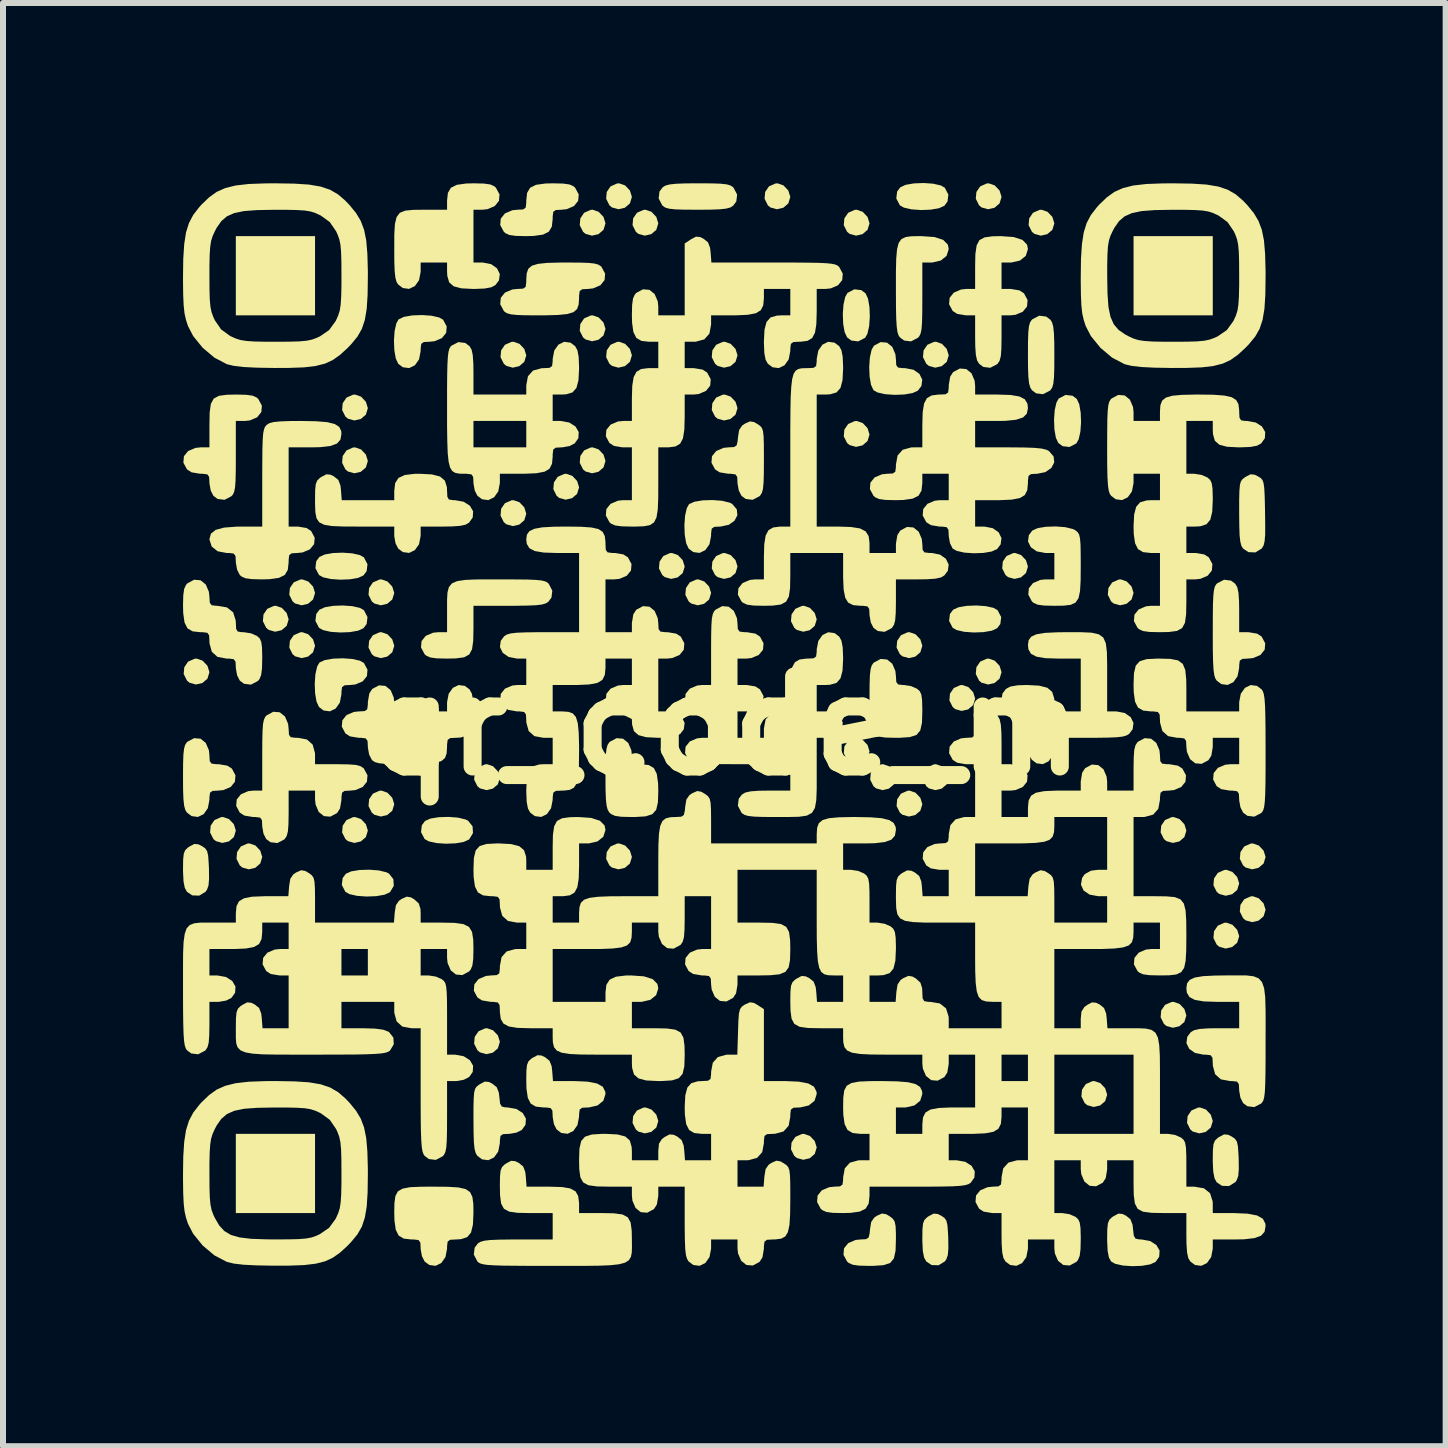
<source format=kicad_pcb>
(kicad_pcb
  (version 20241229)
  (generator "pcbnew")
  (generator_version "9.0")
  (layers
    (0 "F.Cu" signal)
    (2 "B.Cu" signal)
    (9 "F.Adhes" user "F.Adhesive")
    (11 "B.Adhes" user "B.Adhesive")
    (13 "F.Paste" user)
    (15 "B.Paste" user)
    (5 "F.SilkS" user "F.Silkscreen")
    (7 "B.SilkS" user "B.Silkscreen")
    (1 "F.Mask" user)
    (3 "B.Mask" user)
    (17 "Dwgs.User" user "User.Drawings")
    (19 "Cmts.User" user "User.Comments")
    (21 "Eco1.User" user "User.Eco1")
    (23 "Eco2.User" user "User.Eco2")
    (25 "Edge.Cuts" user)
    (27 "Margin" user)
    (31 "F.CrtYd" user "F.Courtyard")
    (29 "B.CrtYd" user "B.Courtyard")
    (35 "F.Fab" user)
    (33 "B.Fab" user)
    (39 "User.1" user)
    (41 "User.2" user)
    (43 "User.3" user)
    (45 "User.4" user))
  (footprint "qr_code_m"
    (layer "F.Cu")
    (at 9.04 9.045)
    (property "Reference" "qr_code_m" (at 0 0 0) (layer "F.SilkS") (effects (font (size 1.5 1.5) (thickness 0.3))))
    (attr board_only exclude_from_pos_files exclude_from_bom)
    (fp_poly (pts (xy -6.84 -7.5) (xy -6.84 -6.84) (xy -7.5 -6.84) (xy -8.16 -6.84) (xy -8.16 -7.5) (xy -8.16 -8.16) (xy -7.5 -8.16) (xy -6.84 -8.16)) (stroke (width 0) (type solid)) (fill yes) (layer "F.SilkS"))
    (fp_poly (pts (xy -6.84 7.46) (xy -6.84 8.12) (xy -7.5 8.12) (xy -8.16 8.12) (xy -8.16 7.46) (xy -8.16 6.8) (xy -7.5 6.8) (xy -6.84 6.8)) (stroke (width 0) (type solid)) (fill yes) (layer "F.SilkS"))
    (fp_poly (pts (xy 8.12 -7.5) (xy 8.12 -6.84) (xy 7.46 -6.84) (xy 6.8 -6.84) (xy 6.8 -7.5) (xy 6.8 -8.16) (xy 7.46 -8.16) (xy 8.12 -8.16)) (stroke (width 0) (type solid)) (fill yes) (layer "F.SilkS"))
    (fp_poly (pts (xy -8.713 -1.085) (xy -8.633 -1) (xy -8.6 -0.894) (xy -8.6 -0.893) (xy -8.633 -0.785) (xy -8.717 -0.713) (xy -8.825 -0.688) (xy -8.932 -0.718) (xy -8.974 -0.753) (xy -9.029 -0.863) (xy -9.019 -0.976) (xy -8.956 -1.069) (xy -8.848 -1.117) (xy -8.813 -1.12)) (stroke (width 0) (type solid)) (fill yes) (layer "F.SilkS"))
    (fp_poly (pts (xy -8.273 1.555) (xy -8.193 1.64) (xy -8.16 1.746) (xy -8.16 1.747) (xy -8.193 1.855) (xy -8.277 1.927) (xy -8.385 1.952) (xy -8.492 1.922) (xy -8.534 1.887) (xy -8.589 1.777) (xy -8.579 1.664) (xy -8.516 1.571) (xy -8.408 1.523) (xy -8.373 1.52)) (stroke (width 0) (type solid)) (fill yes) (layer "F.SilkS"))
    (fp_poly (pts (xy -7.833 1.995) (xy -7.753 2.08) (xy -7.72 2.186) (xy -7.72 2.187) (xy -7.753 2.295) (xy -7.837 2.367) (xy -7.945 2.392) (xy -8.052 2.362) (xy -8.094 2.327) (xy -8.149 2.217) (xy -8.139 2.104) (xy -8.076 2.011) (xy -7.968 1.963) (xy -7.933 1.96)) (stroke (width 0) (type solid)) (fill yes) (layer "F.SilkS"))
    (fp_poly (pts (xy -7.393 -1.965) (xy -7.313 -1.88) (xy -7.28 -1.774) (xy -7.28 -1.773) (xy -7.313 -1.665) (xy -7.397 -1.593) (xy -7.505 -1.568) (xy -7.612 -1.598) (xy -7.654 -1.633) (xy -7.709 -1.743) (xy -7.699 -1.856) (xy -7.636 -1.949) (xy -7.528 -1.997) (xy -7.493 -2)) (stroke (width 0) (type solid)) (fill yes) (layer "F.SilkS"))
    (fp_poly (pts (xy -6.953 -2.405) (xy -6.873 -2.32) (xy -6.84 -2.214) (xy -6.84 -2.213) (xy -6.873 -2.105) (xy -6.957 -2.033) (xy -7.065 -2.008) (xy -7.172 -2.038) (xy -7.214 -2.073) (xy -7.269 -2.183) (xy -7.259 -2.296) (xy -7.196 -2.389) (xy -7.088 -2.437) (xy -7.053 -2.44)) (stroke (width 0) (type solid)) (fill yes) (layer "F.SilkS"))
    (fp_poly (pts (xy -6.953 -1.525) (xy -6.873 -1.44) (xy -6.84 -1.334) (xy -6.84 -1.333) (xy -6.873 -1.225) (xy -6.957 -1.153) (xy -7.065 -1.128) (xy -7.172 -1.158) (xy -7.214 -1.193) (xy -7.269 -1.303) (xy -7.259 -1.416) (xy -7.196 -1.509) (xy -7.088 -1.557) (xy -7.053 -1.56)) (stroke (width 0) (type solid)) (fill yes) (layer "F.SilkS"))
    (fp_poly (pts (xy -6.073 -5.485) (xy -5.993 -5.4) (xy -5.96 -5.294) (xy -5.96 -5.293) (xy -5.993 -5.185) (xy -6.077 -5.113) (xy -6.185 -5.088) (xy -6.292 -5.118) (xy -6.334 -5.153) (xy -6.389 -5.263) (xy -6.379 -5.376) (xy -6.316 -5.469) (xy -6.208 -5.517) (xy -6.173 -5.52)) (stroke (width 0) (type solid)) (fill yes) (layer "F.SilkS"))
    (fp_poly (pts (xy -6.073 -4.605) (xy -5.993 -4.52) (xy -5.96 -4.414) (xy -5.96 -4.413) (xy -5.993 -4.305) (xy -6.077 -4.233) (xy -6.185 -4.208) (xy -6.292 -4.238) (xy -6.334 -4.273) (xy -6.389 -4.383) (xy -6.379 -4.496) (xy -6.316 -4.589) (xy -6.208 -4.637) (xy -6.173 -4.64)) (stroke (width 0) (type solid)) (fill yes) (layer "F.SilkS"))
    (fp_poly (pts (xy -6.073 1.555) (xy -5.993 1.64) (xy -5.96 1.746) (xy -5.96 1.747) (xy -5.993 1.855) (xy -6.077 1.927) (xy -6.185 1.952) (xy -6.292 1.922) (xy -6.334 1.887) (xy -6.389 1.777) (xy -6.379 1.664) (xy -6.316 1.571) (xy -6.208 1.523) (xy -6.173 1.52)) (stroke (width 0) (type solid)) (fill yes) (layer "F.SilkS"))
    (fp_poly (pts (xy -5.633 -2.405) (xy -5.553 -2.32) (xy -5.52 -2.214) (xy -5.52 -2.213) (xy -5.553 -2.105) (xy -5.637 -2.033) (xy -5.745 -2.008) (xy -5.852 -2.038) (xy -5.894 -2.073) (xy -5.949 -2.183) (xy -5.939 -2.296) (xy -5.876 -2.389) (xy -5.768 -2.437) (xy -5.733 -2.44)) (stroke (width 0) (type solid)) (fill yes) (layer "F.SilkS"))
    (fp_poly (pts (xy -5.633 -1.525) (xy -5.553 -1.44) (xy -5.52 -1.334) (xy -5.52 -1.333) (xy -5.553 -1.225) (xy -5.637 -1.153) (xy -5.745 -1.128) (xy -5.852 -1.158) (xy -5.894 -1.193) (xy -5.949 -1.303) (xy -5.939 -1.416) (xy -5.876 -1.509) (xy -5.768 -1.557) (xy -5.733 -1.56)) (stroke (width 0) (type solid)) (fill yes) (layer "F.SilkS"))
    (fp_poly (pts (xy -5.633 1.115) (xy -5.553 1.2) (xy -5.52 1.306) (xy -5.52 1.307) (xy -5.553 1.415) (xy -5.637 1.487) (xy -5.745 1.512) (xy -5.852 1.482) (xy -5.894 1.447) (xy -5.949 1.337) (xy -5.939 1.224) (xy -5.876 1.131) (xy -5.768 1.083) (xy -5.733 1.08)) (stroke (width 0) (type solid)) (fill yes) (layer "F.SilkS"))
    (fp_poly (pts (xy -3.873 0.675) (xy -3.793 0.76) (xy -3.76 0.866) (xy -3.76 0.867) (xy -3.793 0.975) (xy -3.877 1.047) (xy -3.985 1.072) (xy -4.092 1.042) (xy -4.134 1.007) (xy -4.189 0.897) (xy -4.179 0.784) (xy -4.116 0.691) (xy -4.008 0.643) (xy -3.973 0.64)) (stroke (width 0) (type solid)) (fill yes) (layer "F.SilkS"))
    (fp_poly (pts (xy -3.873 5.075) (xy -3.793 5.16) (xy -3.76 5.266) (xy -3.76 5.267) (xy -3.793 5.375) (xy -3.877 5.447) (xy -3.985 5.472) (xy -4.092 5.442) (xy -4.134 5.407) (xy -4.189 5.297) (xy -4.179 5.184) (xy -4.116 5.091) (xy -4.008 5.043) (xy -3.973 5.04)) (stroke (width 0) (type solid)) (fill yes) (layer "F.SilkS"))
    (fp_poly (pts (xy -3.433 -6.365) (xy -3.353 -6.28) (xy -3.32 -6.174) (xy -3.32 -6.173) (xy -3.353 -6.065) (xy -3.437 -5.993) (xy -3.545 -5.968) (xy -3.652 -5.998) (xy -3.694 -6.033) (xy -3.749 -6.143) (xy -3.739 -6.256) (xy -3.676 -6.349) (xy -3.568 -6.397) (xy -3.533 -6.4)) (stroke (width 0) (type solid)) (fill yes) (layer "F.SilkS"))
    (fp_poly (pts (xy -3.433 -3.725) (xy -3.353 -3.64) (xy -3.32 -3.534) (xy -3.32 -3.533) (xy -3.353 -3.425) (xy -3.437 -3.353) (xy -3.545 -3.328) (xy -3.652 -3.358) (xy -3.694 -3.393) (xy -3.749 -3.503) (xy -3.739 -3.616) (xy -3.676 -3.709) (xy -3.568 -3.757) (xy -3.533 -3.76)) (stroke (width 0) (type solid)) (fill yes) (layer "F.SilkS"))
    (fp_poly (pts (xy -2.553 -4.165) (xy -2.473 -4.08) (xy -2.44 -3.974) (xy -2.44 -3.973) (xy -2.473 -3.865) (xy -2.557 -3.793) (xy -2.665 -3.768) (xy -2.772 -3.798) (xy -2.814 -3.833) (xy -2.869 -3.943) (xy -2.859 -4.056) (xy -2.796 -4.149) (xy -2.688 -4.197) (xy -2.653 -4.2)) (stroke (width 0) (type solid)) (fill yes) (layer "F.SilkS"))
    (fp_poly (pts (xy -2.113 -8.565) (xy -2.033 -8.48) (xy -2 -8.374) (xy -2 -8.373) (xy -2.033 -8.265) (xy -2.117 -8.193) (xy -2.225 -8.168) (xy -2.332 -8.198) (xy -2.374 -8.233) (xy -2.429 -8.343) (xy -2.419 -8.456) (xy -2.356 -8.549) (xy -2.248 -8.597) (xy -2.213 -8.6)) (stroke (width 0) (type solid)) (fill yes) (layer "F.SilkS"))
    (fp_poly (pts (xy -2.113 -6.805) (xy -2.033 -6.72) (xy -2 -6.614) (xy -2 -6.613) (xy -2.033 -6.505) (xy -2.117 -6.433) (xy -2.225 -6.408) (xy -2.332 -6.438) (xy -2.374 -6.473) (xy -2.429 -6.583) (xy -2.419 -6.696) (xy -2.356 -6.789) (xy -2.248 -6.837) (xy -2.213 -6.84)) (stroke (width 0) (type solid)) (fill yes) (layer "F.SilkS"))
    (fp_poly (pts (xy -2.113 -4.605) (xy -2.033 -4.52) (xy -2 -4.414) (xy -2 -4.413) (xy -2.033 -4.305) (xy -2.117 -4.233) (xy -2.225 -4.208) (xy -2.332 -4.238) (xy -2.374 -4.273) (xy -2.429 -4.383) (xy -2.419 -4.496) (xy -2.356 -4.589) (xy -2.248 -4.637) (xy -2.213 -4.64)) (stroke (width 0) (type solid)) (fill yes) (layer "F.SilkS"))
    (fp_poly (pts (xy -1.673 -9.005) (xy -1.593 -8.92) (xy -1.56 -8.814) (xy -1.56 -8.813) (xy -1.593 -8.705) (xy -1.677 -8.633) (xy -1.785 -8.608) (xy -1.892 -8.638) (xy -1.934 -8.673) (xy -1.989 -8.783) (xy -1.979 -8.896) (xy -1.916 -8.989) (xy -1.808 -9.037) (xy -1.773 -9.04)) (stroke (width 0) (type solid)) (fill yes) (layer "F.SilkS"))
    (fp_poly (pts (xy -1.673 -6.365) (xy -1.593 -6.28) (xy -1.56 -6.174) (xy -1.56 -6.173) (xy -1.593 -6.065) (xy -1.677 -5.993) (xy -1.785 -5.968) (xy -1.892 -5.998) (xy -1.934 -6.033) (xy -1.989 -6.143) (xy -1.979 -6.256) (xy -1.916 -6.349) (xy -1.808 -6.397) (xy -1.773 -6.4)) (stroke (width 0) (type solid)) (fill yes) (layer "F.SilkS"))
    (fp_poly (pts (xy -1.673 1.995) (xy -1.593 2.08) (xy -1.56 2.186) (xy -1.56 2.187) (xy -1.593 2.295) (xy -1.677 2.367) (xy -1.785 2.392) (xy -1.892 2.362) (xy -1.934 2.327) (xy -1.989 2.217) (xy -1.979 2.104) (xy -1.916 2.011) (xy -1.808 1.963) (xy -1.773 1.96)) (stroke (width 0) (type solid)) (fill yes) (layer "F.SilkS"))
    (fp_poly (pts (xy -1.233 -8.565) (xy -1.153 -8.48) (xy -1.12 -8.374) (xy -1.12 -8.373) (xy -1.153 -8.265) (xy -1.237 -8.193) (xy -1.345 -8.168) (xy -1.452 -8.198) (xy -1.494 -8.233) (xy -1.549 -8.343) (xy -1.539 -8.456) (xy -1.476 -8.549) (xy -1.368 -8.597) (xy -1.333 -8.6)) (stroke (width 0) (type solid)) (fill yes) (layer "F.SilkS"))
    (fp_poly (pts (xy -1.233 6.395) (xy -1.153 6.48) (xy -1.12 6.586) (xy -1.12 6.587) (xy -1.153 6.695) (xy -1.237 6.767) (xy -1.345 6.792) (xy -1.452 6.762) (xy -1.494 6.727) (xy -1.549 6.617) (xy -1.539 6.504) (xy -1.476 6.411) (xy -1.368 6.363) (xy -1.333 6.36)) (stroke (width 0) (type solid)) (fill yes) (layer "F.SilkS"))
    (fp_poly (pts (xy -0.793 -2.845) (xy -0.713 -2.76) (xy -0.68 -2.654) (xy -0.68 -2.653) (xy -0.713 -2.545) (xy -0.797 -2.473) (xy -0.905 -2.448) (xy -1.012 -2.478) (xy -1.054 -2.513) (xy -1.109 -2.623) (xy -1.099 -2.736) (xy -1.036 -2.829) (xy -0.928 -2.877) (xy -0.893 -2.88)) (stroke (width 0) (type solid)) (fill yes) (layer "F.SilkS"))
    (fp_poly (pts (xy -0.353 -2.405) (xy -0.273 -2.32) (xy -0.24 -2.214) (xy -0.24 -2.213) (xy -0.273 -2.105) (xy -0.357 -2.033) (xy -0.465 -2.008) (xy -0.572 -2.038) (xy -0.614 -2.073) (xy -0.669 -2.183) (xy -0.659 -2.296) (xy -0.596 -2.389) (xy -0.488 -2.437) (xy -0.453 -2.44)) (stroke (width 0) (type solid)) (fill yes) (layer "F.SilkS"))
    (fp_poly (pts (xy 0.087 -6.365) (xy 0.167 -6.28) (xy 0.2 -6.174) (xy 0.2 -6.173) (xy 0.167 -6.065) (xy 0.083 -5.993) (xy -0.025 -5.968) (xy -0.132 -5.998) (xy -0.174 -6.033) (xy -0.229 -6.143) (xy -0.219 -6.256) (xy -0.156 -6.349) (xy -0.048 -6.397) (xy -0.013 -6.4)) (stroke (width 0) (type solid)) (fill yes) (layer "F.SilkS"))
    (fp_poly (pts (xy 0.087 -5.485) (xy 0.167 -5.4) (xy 0.2 -5.294) (xy 0.2 -5.293) (xy 0.167 -5.185) (xy 0.083 -5.113) (xy -0.025 -5.088) (xy -0.132 -5.118) (xy -0.174 -5.153) (xy -0.229 -5.263) (xy -0.219 -5.376) (xy -0.156 -5.469) (xy -0.048 -5.517) (xy -0.013 -5.52)) (stroke (width 0) (type solid)) (fill yes) (layer "F.SilkS"))
    (fp_poly (pts (xy 0.087 -2.845) (xy 0.167 -2.76) (xy 0.2 -2.654) (xy 0.2 -2.653) (xy 0.167 -2.545) (xy 0.083 -2.473) (xy -0.025 -2.448) (xy -0.132 -2.478) (xy -0.174 -2.513) (xy -0.229 -2.623) (xy -0.219 -2.736) (xy -0.156 -2.829) (xy -0.048 -2.877) (xy -0.013 -2.88)) (stroke (width 0) (type solid)) (fill yes) (layer "F.SilkS"))
    (fp_poly (pts (xy 0.967 -9.005) (xy 1.047 -8.92) (xy 1.08 -8.814) (xy 1.08 -8.813) (xy 1.047 -8.705) (xy 0.963 -8.633) (xy 0.855 -8.608) (xy 0.748 -8.638) (xy 0.706 -8.673) (xy 0.651 -8.783) (xy 0.661 -8.896) (xy 0.724 -8.989) (xy 0.832 -9.037) (xy 0.867 -9.04)) (stroke (width 0) (type solid)) (fill yes) (layer "F.SilkS"))
    (fp_poly (pts (xy 1.407 -1.965) (xy 1.487 -1.88) (xy 1.52 -1.774) (xy 1.52 -1.773) (xy 1.487 -1.665) (xy 1.403 -1.593) (xy 1.295 -1.568) (xy 1.188 -1.598) (xy 1.146 -1.633) (xy 1.091 -1.743) (xy 1.101 -1.856) (xy 1.164 -1.949) (xy 1.272 -1.997) (xy 1.307 -2)) (stroke (width 0) (type solid)) (fill yes) (layer "F.SilkS"))
    (fp_poly (pts (xy 1.407 6.835) (xy 1.487 6.92) (xy 1.52 7.026) (xy 1.52 7.027) (xy 1.487 7.135) (xy 1.403 7.207) (xy 1.295 7.232) (xy 1.188 7.202) (xy 1.146 7.167) (xy 1.091 7.057) (xy 1.101 6.944) (xy 1.164 6.851) (xy 1.272 6.803) (xy 1.307 6.8)) (stroke (width 0) (type solid)) (fill yes) (layer "F.SilkS"))
    (fp_poly (pts (xy 2.287 -8.565) (xy 2.367 -8.48) (xy 2.4 -8.374) (xy 2.4 -8.373) (xy 2.367 -8.265) (xy 2.283 -8.193) (xy 2.175 -8.168) (xy 2.068 -8.198) (xy 2.026 -8.233) (xy 1.971 -8.343) (xy 1.981 -8.456) (xy 2.044 -8.549) (xy 2.152 -8.597) (xy 2.187 -8.6)) (stroke (width 0) (type solid)) (fill yes) (layer "F.SilkS"))
    (fp_poly (pts (xy 2.287 -5.045) (xy 2.367 -4.96) (xy 2.4 -4.854) (xy 2.4 -4.853) (xy 2.367 -4.745) (xy 2.283 -4.673) (xy 2.175 -4.648) (xy 2.068 -4.678) (xy 2.026 -4.713) (xy 1.971 -4.823) (xy 1.981 -4.936) (xy 2.044 -5.029) (xy 2.152 -5.077) (xy 2.187 -5.08)) (stroke (width 0) (type solid)) (fill yes) (layer "F.SilkS"))
    (fp_poly (pts (xy 2.287 0.235) (xy 2.367 0.32) (xy 2.4 0.426) (xy 2.4 0.427) (xy 2.367 0.535) (xy 2.283 0.607) (xy 2.175 0.632) (xy 2.068 0.602) (xy 2.026 0.567) (xy 1.971 0.457) (xy 1.981 0.344) (xy 2.044 0.251) (xy 2.152 0.203) (xy 2.187 0.2)) (stroke (width 0) (type solid)) (fill yes) (layer "F.SilkS"))
    (fp_poly (pts (xy 2.727 0.675) (xy 2.807 0.76) (xy 2.84 0.866) (xy 2.84 0.867) (xy 2.807 0.975) (xy 2.723 1.047) (xy 2.615 1.072) (xy 2.508 1.042) (xy 2.466 1.007) (xy 2.411 0.897) (xy 2.421 0.784) (xy 2.484 0.691) (xy 2.592 0.643) (xy 2.627 0.64)) (stroke (width 0) (type solid)) (fill yes) (layer "F.SilkS"))
    (fp_poly (pts (xy 3.167 -1.525) (xy 3.247 -1.44) (xy 3.28 -1.334) (xy 3.28 -1.333) (xy 3.247 -1.225) (xy 3.163 -1.153) (xy 3.055 -1.128) (xy 2.948 -1.158) (xy 2.906 -1.193) (xy 2.851 -1.303) (xy 2.861 -1.416) (xy 2.924 -1.509) (xy 3.032 -1.557) (xy 3.067 -1.56)) (stroke (width 0) (type solid)) (fill yes) (layer "F.SilkS"))
    (fp_poly (pts (xy 3.167 1.115) (xy 3.247 1.2) (xy 3.28 1.306) (xy 3.28 1.307) (xy 3.247 1.415) (xy 3.163 1.487) (xy 3.055 1.512) (xy 2.948 1.482) (xy 2.906 1.447) (xy 2.851 1.337) (xy 2.861 1.224) (xy 2.924 1.131) (xy 3.032 1.083) (xy 3.067 1.08)) (stroke (width 0) (type solid)) (fill yes) (layer "F.SilkS"))
    (fp_poly (pts (xy 3.607 -6.365) (xy 3.687 -6.28) (xy 3.72 -6.174) (xy 3.72 -6.173) (xy 3.687 -6.065) (xy 3.603 -5.993) (xy 3.495 -5.968) (xy 3.388 -5.998) (xy 3.346 -6.033) (xy 3.291 -6.143) (xy 3.301 -6.256) (xy 3.364 -6.349) (xy 3.472 -6.397) (xy 3.507 -6.4)) (stroke (width 0) (type solid)) (fill yes) (layer "F.SilkS"))
    (fp_poly (pts (xy 3.607 0.675) (xy 3.687 0.76) (xy 3.72 0.866) (xy 3.72 0.867) (xy 3.687 0.975) (xy 3.603 1.047) (xy 3.495 1.072) (xy 3.388 1.042) (xy 3.346 1.007) (xy 3.291 0.897) (xy 3.301 0.784) (xy 3.364 0.691) (xy 3.472 0.643) (xy 3.507 0.64)) (stroke (width 0) (type solid)) (fill yes) (layer "F.SilkS"))
    (fp_poly (pts (xy 4.047 -0.645) (xy 4.127 -0.56) (xy 4.16 -0.454) (xy 4.16 -0.453) (xy 4.127 -0.345) (xy 4.043 -0.273) (xy 3.935 -0.248) (xy 3.828 -0.278) (xy 3.786 -0.313) (xy 3.731 -0.423) (xy 3.741 -0.536) (xy 3.804 -0.629) (xy 3.912 -0.677) (xy 3.947 -0.68)) (stroke (width 0) (type solid)) (fill yes) (layer "F.SilkS"))
    (fp_poly (pts (xy 4.487 -9.005) (xy 4.567 -8.92) (xy 4.6 -8.814) (xy 4.6 -8.813) (xy 4.567 -8.705) (xy 4.483 -8.633) (xy 4.375 -8.608) (xy 4.268 -8.638) (xy 4.226 -8.673) (xy 4.171 -8.783) (xy 4.181 -8.896) (xy 4.244 -8.989) (xy 4.352 -9.037) (xy 4.387 -9.04)) (stroke (width 0) (type solid)) (fill yes) (layer "F.SilkS"))
    (fp_poly (pts (xy 4.487 -1.085) (xy 4.567 -1) (xy 4.6 -0.894) (xy 4.6 -0.893) (xy 4.567 -0.785) (xy 4.483 -0.713) (xy 4.375 -0.688) (xy 4.268 -0.718) (xy 4.226 -0.753) (xy 4.171 -0.863) (xy 4.181 -0.976) (xy 4.244 -1.069) (xy 4.352 -1.117) (xy 4.387 -1.12)) (stroke (width 0) (type solid)) (fill yes) (layer "F.SilkS"))
    (fp_poly (pts (xy 4.927 -2.845) (xy 5.007 -2.76) (xy 5.04 -2.654) (xy 5.04 -2.653) (xy 5.007 -2.545) (xy 4.923 -2.473) (xy 4.815 -2.448) (xy 4.708 -2.478) (xy 4.666 -2.513) (xy 4.611 -2.623) (xy 4.621 -2.736) (xy 4.684 -2.829) (xy 4.792 -2.877) (xy 4.827 -2.88)) (stroke (width 0) (type solid)) (fill yes) (layer "F.SilkS"))
    (fp_poly (pts (xy 5.367 -8.565) (xy 5.447 -8.48) (xy 5.48 -8.374) (xy 5.48 -8.373) (xy 5.447 -8.265) (xy 5.363 -8.193) (xy 5.255 -8.168) (xy 5.148 -8.198) (xy 5.106 -8.233) (xy 5.051 -8.343) (xy 5.061 -8.456) (xy 5.124 -8.549) (xy 5.232 -8.597) (xy 5.267 -8.6)) (stroke (width 0) (type solid)) (fill yes) (layer "F.SilkS"))
    (fp_poly (pts (xy 6.247 5.955) (xy 6.327 6.04) (xy 6.36 6.146) (xy 6.36 6.147) (xy 6.327 6.255) (xy 6.243 6.327) (xy 6.135 6.352) (xy 6.028 6.322) (xy 5.986 6.287) (xy 5.931 6.177) (xy 5.941 6.064) (xy 6.004 5.971) (xy 6.112 5.923) (xy 6.147 5.92)) (stroke (width 0) (type solid)) (fill yes) (layer "F.SilkS"))
    (fp_poly (pts (xy 6.687 -2.405) (xy 6.767 -2.32) (xy 6.8 -2.214) (xy 6.8 -2.213) (xy 6.767 -2.105) (xy 6.683 -2.033) (xy 6.575 -2.008) (xy 6.468 -2.038) (xy 6.426 -2.073) (xy 6.371 -2.183) (xy 6.381 -2.296) (xy 6.444 -2.389) (xy 6.552 -2.437) (xy 6.587 -2.44)) (stroke (width 0) (type solid)) (fill yes) (layer "F.SilkS"))
    (fp_poly (pts (xy 7.567 1.555) (xy 7.647 1.64) (xy 7.68 1.746) (xy 7.68 1.747) (xy 7.647 1.855) (xy 7.563 1.927) (xy 7.455 1.952) (xy 7.348 1.922) (xy 7.306 1.887) (xy 7.251 1.777) (xy 7.261 1.664) (xy 7.324 1.571) (xy 7.432 1.523) (xy 7.467 1.52)) (stroke (width 0) (type solid)) (fill yes) (layer "F.SilkS"))
    (fp_poly (pts (xy 7.567 4.635) (xy 7.647 4.72) (xy 7.68 4.826) (xy 7.68 4.827) (xy 7.647 4.935) (xy 7.563 5.007) (xy 7.455 5.032) (xy 7.348 5.002) (xy 7.306 4.967) (xy 7.251 4.857) (xy 7.261 4.744) (xy 7.324 4.651) (xy 7.432 4.603) (xy 7.467 4.6)) (stroke (width 0) (type solid)) (fill yes) (layer "F.SilkS"))
    (fp_poly (pts (xy 8.007 6.395) (xy 8.087 6.48) (xy 8.12 6.586) (xy 8.12 6.587) (xy 8.087 6.695) (xy 8.003 6.767) (xy 7.895 6.792) (xy 7.788 6.762) (xy 7.746 6.727) (xy 7.691 6.617) (xy 7.701 6.504) (xy 7.764 6.411) (xy 7.872 6.363) (xy 7.907 6.36)) (stroke (width 0) (type solid)) (fill yes) (layer "F.SilkS"))
    (fp_poly (pts (xy 8.447 2.435) (xy 8.527 2.52) (xy 8.56 2.626) (xy 8.56 2.627) (xy 8.527 2.735) (xy 8.443 2.807) (xy 8.335 2.832) (xy 8.228 2.802) (xy 8.186 2.767) (xy 8.131 2.657) (xy 8.141 2.544) (xy 8.204 2.451) (xy 8.312 2.403) (xy 8.347 2.4)) (stroke (width 0) (type solid)) (fill yes) (layer "F.SilkS"))
    (fp_poly (pts (xy 8.447 3.315) (xy 8.527 3.4) (xy 8.56 3.506) (xy 8.56 3.507) (xy 8.527 3.615) (xy 8.443 3.687) (xy 8.335 3.712) (xy 8.228 3.682) (xy 8.186 3.647) (xy 8.131 3.537) (xy 8.141 3.424) (xy 8.204 3.331) (xy 8.312 3.283) (xy 8.347 3.28)) (stroke (width 0) (type solid)) (fill yes) (layer "F.SilkS"))
    (fp_poly (pts (xy 8.887 1.995) (xy 8.967 2.08) (xy 9 2.186) (xy 9 2.187) (xy 8.967 2.295) (xy 8.883 2.367) (xy 8.775 2.392) (xy 8.668 2.362) (xy 8.626 2.327) (xy 8.571 2.217) (xy 8.581 2.104) (xy 8.644 2.011) (xy 8.752 1.963) (xy 8.787 1.96)) (stroke (width 0) (type solid)) (fill yes) (layer "F.SilkS"))
    (fp_poly (pts (xy 8.887 2.875) (xy 8.967 2.96) (xy 9 3.066) (xy 9 3.067) (xy 8.967 3.175) (xy 8.883 3.247) (xy 8.775 3.272) (xy 8.668 3.242) (xy 8.626 3.207) (xy 8.571 3.097) (xy 8.581 2.984) (xy 8.644 2.891) (xy 8.752 2.843) (xy 8.787 2.84)) (stroke (width 0) (type solid)) (fill yes) (layer "F.SilkS"))
    (fp_poly (pts (xy -6.221 -2.874) (xy -6.093 -2.845) (xy -6.026 -2.807) (xy -5.966 -2.692) (xy -5.98 -2.577) (xy -6.033 -2.506) (xy -6.122 -2.465) (xy -6.261 -2.441) (xy -6.421 -2.435) (xy -6.579 -2.446) (xy -6.707 -2.475) (xy -6.774 -2.513) (xy -6.834 -2.628) (xy -6.82 -2.743) (xy -6.767 -2.814) (xy -6.678 -2.855) (xy -6.539 -2.879) (xy -6.379 -2.885)) (stroke (width 0) (type solid)) (fill yes) (layer "F.SilkS"))
    (fp_poly (pts (xy -6.221 -1.994) (xy -6.093 -1.965) (xy -6.026 -1.927) (xy -5.966 -1.812) (xy -5.98 -1.697) (xy -6.033 -1.626) (xy -6.122 -1.585) (xy -6.261 -1.561) (xy -6.421 -1.555) (xy -6.579 -1.566) (xy -6.707 -1.595) (xy -6.774 -1.633) (xy -6.834 -1.748) (xy -6.82 -1.863) (xy -6.767 -1.934) (xy -6.678 -1.975) (xy -6.539 -1.999) (xy -6.379 -2.005)) (stroke (width 0) (type solid)) (fill yes) (layer "F.SilkS"))
    (fp_poly (pts (xy 2.263 -7.26) (xy 2.334 -7.207) (xy 2.375 -7.118) (xy 2.399 -6.979) (xy 2.405 -6.819) (xy 2.394 -6.661) (xy 2.365 -6.533) (xy 2.327 -6.466) (xy 2.212 -6.406) (xy 2.097 -6.42) (xy 2.026 -6.473) (xy 1.985 -6.562) (xy 1.961 -6.701) (xy 1.955 -6.861) (xy 1.966 -7.019) (xy 1.995 -7.147) (xy 2.033 -7.214) (xy 2.148 -7.274)) (stroke (width 0) (type solid)) (fill yes) (layer "F.SilkS"))
    (fp_poly (pts (xy 3.459 -9.034) (xy 3.587 -9.005) (xy 3.654 -8.967) (xy 3.714 -8.852) (xy 3.7 -8.737) (xy 3.647 -8.666) (xy 3.558 -8.625) (xy 3.419 -8.601) (xy 3.259 -8.595) (xy 3.101 -8.606) (xy 2.973 -8.635) (xy 2.906 -8.673) (xy 2.846 -8.788) (xy 2.86 -8.903) (xy 2.913 -8.974) (xy 3.002 -9.015) (xy 3.141 -9.039) (xy 3.301 -9.045)) (stroke (width 0) (type solid)) (fill yes) (layer "F.SilkS"))
    (fp_poly (pts (xy 4.339 -1.994) (xy 4.467 -1.965) (xy 4.534 -1.927) (xy 4.594 -1.812) (xy 4.58 -1.697) (xy 4.527 -1.626) (xy 4.438 -1.585) (xy 4.299 -1.561) (xy 4.139 -1.555) (xy 3.981 -1.566) (xy 3.853 -1.595) (xy 3.786 -1.633) (xy 3.726 -1.748) (xy 3.74 -1.863) (xy 3.793 -1.934) (xy 3.882 -1.975) (xy 4.021 -1.999) (xy 4.181 -2.005)) (stroke (width 0) (type solid)) (fill yes) (layer "F.SilkS"))
    (fp_poly (pts (xy 5.783 -5.5) (xy 5.854 -5.447) (xy 5.895 -5.358) (xy 5.919 -5.219) (xy 5.925 -5.059) (xy 5.914 -4.901) (xy 5.885 -4.773) (xy 5.847 -4.706) (xy 5.732 -4.646) (xy 5.617 -4.66) (xy 5.546 -4.713) (xy 5.505 -4.802) (xy 5.481 -4.941) (xy 5.475 -5.101) (xy 5.486 -5.259) (xy 5.515 -5.387) (xy 5.553 -5.454) (xy 5.668 -5.514)) (stroke (width 0) (type solid)) (fill yes) (layer "F.SilkS"))
    (fp_poly (pts (xy -5.778 2.41) (xy -5.651 2.441) (xy -5.609 2.462) (xy -5.535 2.555) (xy -5.528 2.667) (xy -5.59 2.771) (xy -5.593 2.774) (xy -5.682 2.815) (xy -5.821 2.839) (xy -5.981 2.845) (xy -6.139 2.834) (xy -6.267 2.805) (xy -6.334 2.767) (xy -6.394 2.652) (xy -6.38 2.537) (xy -6.327 2.466) (xy -6.238 2.426) (xy -6.099 2.403) (xy -5.936 2.398)) (stroke (width 0) (type solid)) (fill yes) (layer "F.SilkS"))
    (fp_poly (pts (xy -4.458 1.53) (xy -4.331 1.561) (xy -4.289 1.582) (xy -4.215 1.675) (xy -4.208 1.787) (xy -4.27 1.891) (xy -4.273 1.894) (xy -4.362 1.935) (xy -4.501 1.959) (xy -4.661 1.965) (xy -4.819 1.954) (xy -4.947 1.925) (xy -5.014 1.887) (xy -5.074 1.772) (xy -5.06 1.657) (xy -5.007 1.586) (xy -4.918 1.546) (xy -4.779 1.523) (xy -4.616 1.518)) (stroke (width 0) (type solid)) (fill yes) (layer "F.SilkS"))
    (fp_poly (pts (xy -8.784 1.975) (xy -8.725 2.004) (xy -8.672 2.04) (xy -8.639 2.087) (xy -8.621 2.165) (xy -8.612 2.294) (xy -8.608 2.376) (xy -8.606 2.548) (xy -8.615 2.66) (xy -8.641 2.732) (xy -8.664 2.765) (xy -8.77 2.83) (xy -8.886 2.826) (xy -8.974 2.767) (xy -9.011 2.7) (xy -9.032 2.591) (xy -9.04 2.423) (xy -9.04 2.388) (xy -9.038 2.231) (xy -9.028 2.133) (xy -9.004 2.073) (xy -8.961 2.031) (xy -8.935 2.013) (xy -8.852 1.969)) (stroke (width 0) (type solid)) (fill yes) (layer "F.SilkS"))
    (fp_poly (pts (xy 3.536 8.135) (xy 3.595 8.164) (xy 3.648 8.2) (xy 3.681 8.247) (xy 3.699 8.325) (xy 3.708 8.454) (xy 3.712 8.536) (xy 3.714 8.708) (xy 3.705 8.82) (xy 3.679 8.892) (xy 3.656 8.925) (xy 3.55 8.99) (xy 3.434 8.986) (xy 3.346 8.927) (xy 3.309 8.86) (xy 3.288 8.751) (xy 3.28 8.583) (xy 3.28 8.548) (xy 3.282 8.391) (xy 3.292 8.293) (xy 3.316 8.233) (xy 3.359 8.191) (xy 3.385 8.173) (xy 3.468 8.129)) (stroke (width 0) (type solid)) (fill yes) (layer "F.SilkS"))
    (fp_poly (pts (xy 8.376 6.815) (xy 8.435 6.844) (xy 8.488 6.88) (xy 8.521 6.927) (xy 8.539 7.005) (xy 8.548 7.134) (xy 8.552 7.216) (xy 8.554 7.388) (xy 8.545 7.5) (xy 8.519 7.572) (xy 8.496 7.605) (xy 8.39 7.67) (xy 8.274 7.666) (xy 8.186 7.607) (xy 8.149 7.54) (xy 8.128 7.431) (xy 8.12 7.263) (xy 8.12 7.228) (xy 8.122 7.071) (xy 8.132 6.973) (xy 8.156 6.913) (xy 8.199 6.871) (xy 8.225 6.853) (xy 8.308 6.809)) (stroke (width 0) (type solid)) (fill yes) (layer "F.SilkS"))
    (fp_poly (pts (xy -6.221 -1.114) (xy -6.093 -1.085) (xy -6.026 -1.047) (xy -5.966 -0.935) (xy -5.975 -0.828) (xy -6.045 -0.741) (xy -6.167 -0.689) (xy -6.253 -0.68) (xy -6.348 -0.675) (xy -6.39 -0.645) (xy -6.4 -0.566) (xy -6.4 -0.526) (xy -6.427 -0.386) (xy -6.496 -0.288) (xy -6.592 -0.241) (xy -6.697 -0.255) (xy -6.774 -0.313) (xy -6.815 -0.402) (xy -6.839 -0.541) (xy -6.845 -0.701) (xy -6.834 -0.859) (xy -6.805 -0.987) (xy -6.767 -1.054) (xy -6.678 -1.095) (xy -6.539 -1.119) (xy -6.379 -1.125)) (stroke (width 0) (type solid)) (fill yes) (layer "F.SilkS"))
    (fp_poly (pts (xy -4.901 -6.834) (xy -4.773 -6.805) (xy -4.706 -6.767) (xy -4.646 -6.655) (xy -4.655 -6.548) (xy -4.725 -6.461) (xy -4.847 -6.409) (xy -4.933 -6.4) (xy -5.028 -6.395) (xy -5.07 -6.365) (xy -5.08 -6.286) (xy -5.08 -6.246) (xy -5.107 -6.106) (xy -5.176 -6.008) (xy -5.272 -5.961) (xy -5.377 -5.975) (xy -5.454 -6.033) (xy -5.495 -6.122) (xy -5.519 -6.261) (xy -5.525 -6.421) (xy -5.514 -6.579) (xy -5.485 -6.707) (xy -5.447 -6.774) (xy -5.358 -6.815) (xy -5.219 -6.839) (xy -5.059 -6.845)) (stroke (width 0) (type solid)) (fill yes) (layer "F.SilkS"))
    (fp_poly (pts (xy 2.692 -6.385) (xy 2.779 -6.315) (xy 2.831 -6.193) (xy 2.84 -6.107) (xy 2.845 -6.012) (xy 2.875 -5.97) (xy 2.954 -5.96) (xy 2.994 -5.96) (xy 3.134 -5.933) (xy 3.232 -5.864) (xy 3.279 -5.768) (xy 3.265 -5.663) (xy 3.207 -5.586) (xy 3.118 -5.545) (xy 2.979 -5.521) (xy 2.819 -5.515) (xy 2.661 -5.526) (xy 2.533 -5.555) (xy 2.466 -5.593) (xy 2.425 -5.682) (xy 2.401 -5.821) (xy 2.395 -5.981) (xy 2.406 -6.139) (xy 2.435 -6.267) (xy 2.473 -6.334) (xy 2.585 -6.394)) (stroke (width 0) (type solid)) (fill yes) (layer "F.SilkS"))
    (fp_poly (pts (xy -0.058 -3.75) (xy 0.069 -3.719) (xy 0.111 -3.698) (xy 0.188 -3.608) (xy 0.198 -3.509) (xy 0.15 -3.417) (xy 0.053 -3.349) (xy -0.084 -3.32) (xy -0.093 -3.32) (xy -0.188 -3.315) (xy -0.23 -3.285) (xy -0.24 -3.206) (xy -0.24 -3.166) (xy -0.267 -3.026) (xy -0.336 -2.928) (xy -0.432 -2.881) (xy -0.537 -2.895) (xy -0.614 -2.953) (xy -0.655 -3.042) (xy -0.679 -3.181) (xy -0.685 -3.341) (xy -0.674 -3.499) (xy -0.645 -3.627) (xy -0.607 -3.694) (xy -0.518 -3.734) (xy -0.379 -3.757) (xy -0.216 -3.762)) (stroke (width 0) (type solid)) (fill yes) (layer "F.SilkS"))
    (fp_poly (pts (xy -0.235 -9.039) (xy -0.083 -9.034) (xy 0.018 -9.023) (xy 0.082 -9.005) (xy 0.123 -8.978) (xy 0.134 -8.967) (xy 0.194 -8.852) (xy 0.18 -8.737) (xy 0.127 -8.666) (xy 0.082 -8.638) (xy 0.013 -8.619) (xy -0.096 -8.607) (xy -0.258 -8.601) (xy -0.467 -8.6) (xy -0.685 -8.601) (xy -0.837 -8.606) (xy -0.938 -8.617) (xy -1.002 -8.635) (xy -1.043 -8.662) (xy -1.054 -8.673) (xy -1.114 -8.788) (xy -1.1 -8.903) (xy -1.047 -8.974) (xy -1.002 -9.002) (xy -0.933 -9.021) (xy -0.824 -9.033) (xy -0.662 -9.039) (xy -0.453 -9.04)) (stroke (width 0) (type solid)) (fill yes) (layer "F.SilkS"))
    (fp_poly (pts (xy 5.343 -6.82) (xy 5.414 -6.767) (xy 5.442 -6.722) (xy 5.461 -6.653) (xy 5.473 -6.544) (xy 5.479 -6.382) (xy 5.48 -6.173) (xy 5.479 -5.955) (xy 5.474 -5.803) (xy 5.463 -5.702) (xy 5.445 -5.638) (xy 5.418 -5.597) (xy 5.407 -5.586) (xy 5.292 -5.526) (xy 5.177 -5.54) (xy 5.106 -5.593) (xy 5.078 -5.638) (xy 5.059 -5.707) (xy 5.047 -5.816) (xy 5.041 -5.978) (xy 5.04 -6.187) (xy 5.041 -6.405) (xy 5.046 -6.557) (xy 5.057 -6.658) (xy 5.075 -6.722) (xy 5.102 -6.763) (xy 5.113 -6.774) (xy 5.228 -6.834)) (stroke (width 0) (type solid)) (fill yes) (layer "F.SilkS"))
    (fp_poly (pts (xy 2.677 8.139) (xy 2.735 8.173) (xy 2.788 8.214) (xy 2.819 8.262) (xy 2.835 8.34) (xy 2.84 8.467) (xy 2.84 8.555) (xy 2.834 8.748) (xy 2.806 8.876) (xy 2.744 8.952) (xy 2.634 8.988) (xy 2.461 9) (xy 2.393 9) (xy 2.226 8.996) (xy 2.119 8.981) (xy 2.053 8.951) (xy 2.026 8.927) (xy 1.966 8.815) (xy 1.975 8.708) (xy 2.045 8.621) (xy 2.167 8.568) (xy 2.251 8.56) (xy 2.342 8.555) (xy 2.386 8.526) (xy 2.403 8.451) (xy 2.408 8.391) (xy 2.428 8.269) (xy 2.478 8.196) (xy 2.525 8.164) (xy 2.609 8.127)) (stroke (width 0) (type solid)) (fill yes) (layer "F.SilkS"))
    (fp_poly (pts (xy 6.616 8.135) (xy 6.675 8.164) (xy 6.748 8.223) (xy 6.783 8.314) (xy 6.792 8.391) (xy 6.804 8.497) (xy 6.833 8.546) (xy 6.896 8.559) (xy 6.933 8.56) (xy 7.077 8.586) (xy 7.181 8.653) (xy 7.234 8.746) (xy 7.227 8.849) (xy 7.167 8.934) (xy 7.078 8.975) (xy 6.939 8.999) (xy 6.779 9.005) (xy 6.621 8.994) (xy 6.493 8.965) (xy 6.426 8.927) (xy 6.389 8.86) (xy 6.368 8.751) (xy 6.36 8.583) (xy 6.36 8.548) (xy 6.362 8.391) (xy 6.372 8.293) (xy 6.396 8.233) (xy 6.439 8.191) (xy 6.465 8.173) (xy 6.548 8.129)) (stroke (width 0) (type solid)) (fill yes) (layer "F.SilkS"))
    (fp_poly (pts (xy 8.816 -4.185) (xy 8.875 -4.156) (xy 8.917 -4.13) (xy 8.947 -4.098) (xy 8.966 -4.046) (xy 8.978 -3.961) (xy 8.985 -3.827) (xy 8.99 -3.632) (xy 8.991 -3.563) (xy 8.994 -3.34) (xy 8.993 -3.182) (xy 8.984 -3.077) (xy 8.968 -3.008) (xy 8.942 -2.963) (xy 8.935 -2.954) (xy 8.83 -2.889) (xy 8.714 -2.894) (xy 8.626 -2.953) (xy 8.598 -2.997) (xy 8.579 -3.067) (xy 8.567 -3.175) (xy 8.562 -3.336) (xy 8.56 -3.552) (xy 8.56 -3.766) (xy 8.564 -3.914) (xy 8.572 -4.011) (xy 8.588 -4.071) (xy 8.614 -4.109) (xy 8.653 -4.139) (xy 8.665 -4.147) (xy 8.748 -4.191)) (stroke (width 0) (type solid)) (fill yes) (layer "F.SilkS"))
    (fp_poly (pts (xy -1.708 0.215) (xy -1.621 0.285) (xy -1.569 0.407) (xy -1.56 0.493) (xy -1.555 0.588) (xy -1.525 0.63) (xy -1.446 0.64) (xy -1.406 0.64) (xy -1.279 0.654) (xy -1.194 0.704) (xy -1.145 0.802) (xy -1.123 0.959) (xy -1.12 1.087) (xy -1.126 1.275) (xy -1.155 1.4) (xy -1.219 1.473) (xy -1.331 1.509) (xy -1.506 1.52) (xy -1.567 1.52) (xy -1.734 1.516) (xy -1.841 1.501) (xy -1.907 1.471) (xy -1.934 1.447) (xy -1.962 1.402) (xy -1.981 1.333) (xy -1.993 1.224) (xy -1.999 1.062) (xy -2 0.853) (xy -1.999 0.635) (xy -1.994 0.483) (xy -1.983 0.382) (xy -1.965 0.318) (xy -1.938 0.277) (xy -1.927 0.266) (xy -1.815 0.206)) (stroke (width 0) (type solid)) (fill yes) (layer "F.SilkS"))
    (fp_poly (pts (xy 3.264 -8.16) (xy 3.481 -8.145) (xy 3.627 -8.098) (xy 3.705 -8.019) (xy 3.72 -7.944) (xy 3.684 -7.831) (xy 3.587 -7.753) (xy 3.443 -7.72) (xy 3.427 -7.72) (xy 3.28 -7.72) (xy 3.28 -7.126) (xy 3.279 -6.892) (xy 3.275 -6.725) (xy 3.267 -6.612) (xy 3.252 -6.539) (xy 3.23 -6.492) (xy 3.207 -6.466) (xy 3.092 -6.406) (xy 2.977 -6.42) (xy 2.906 -6.473) (xy 2.882 -6.51) (xy 2.865 -6.566) (xy 2.853 -6.654) (xy 2.845 -6.786) (xy 2.841 -6.971) (xy 2.84 -7.223) (xy 2.84 -7.287) (xy 2.84 -7.572) (xy 2.845 -7.788) (xy 2.859 -7.943) (xy 2.886 -8.047) (xy 2.932 -8.111) (xy 3.002 -8.145) (xy 3.099 -8.158) (xy 3.23 -8.16)) (stroke (width 0) (type solid)) (fill yes) (layer "F.SilkS"))
    (fp_poly (pts (xy -8.748 0.215) (xy -8.661 0.285) (xy -8.609 0.407) (xy -8.6 0.493) (xy -8.595 0.588) (xy -8.565 0.63) (xy -8.486 0.64) (xy -8.446 0.64) (xy -8.302 0.664) (xy -8.226 0.713) (xy -8.166 0.825) (xy -8.175 0.932) (xy -8.245 1.019) (xy -8.367 1.071) (xy -8.453 1.08) (xy -8.548 1.085) (xy -8.59 1.115) (xy -8.6 1.194) (xy -8.6 1.234) (xy -8.627 1.374) (xy -8.696 1.472) (xy -8.792 1.519) (xy -8.897 1.505) (xy -8.974 1.447) (xy -9.002 1.402) (xy -9.021 1.333) (xy -9.033 1.224) (xy -9.039 1.062) (xy -9.04 0.853) (xy -9.039 0.635) (xy -9.034 0.483) (xy -9.023 0.382) (xy -9.005 0.318) (xy -8.978 0.277) (xy -8.967 0.266) (xy -8.855 0.206)) (stroke (width 0) (type solid)) (fill yes) (layer "F.SilkS"))
    (fp_poly (pts (xy -2.706 -9.036) (xy -2.599 -9.021) (xy -2.533 -8.991) (xy -2.506 -8.967) (xy -2.446 -8.855) (xy -2.455 -8.748) (xy -2.525 -8.661) (xy -2.647 -8.609) (xy -2.733 -8.6) (xy -2.828 -8.595) (xy -2.87 -8.565) (xy -2.88 -8.486) (xy -2.88 -8.446) (xy -2.894 -8.319) (xy -2.944 -8.234) (xy -3.042 -8.185) (xy -3.199 -8.163) (xy -3.327 -8.16) (xy -3.494 -8.164) (xy -3.601 -8.179) (xy -3.667 -8.209) (xy -3.694 -8.233) (xy -3.754 -8.345) (xy -3.745 -8.452) (xy -3.675 -8.539) (xy -3.553 -8.591) (xy -3.467 -8.6) (xy -3.372 -8.605) (xy -3.33 -8.635) (xy -3.32 -8.714) (xy -3.32 -8.754) (xy -3.306 -8.881) (xy -3.256 -8.966) (xy -3.158 -9.015) (xy -3.001 -9.037) (xy -2.873 -9.04)) (stroke (width 0) (type solid)) (fill yes) (layer "F.SilkS"))
    (fp_poly (pts (xy 2.692 -1.105) (xy 2.779 -1.035) (xy 2.831 -0.913) (xy 2.84 -0.827) (xy 2.846 -0.73) (xy 2.877 -0.689) (xy 2.955 -0.68) (xy 2.971 -0.68) (xy 3.093 -0.661) (xy 3.191 -0.618) (xy 3.237 -0.577) (xy 3.263 -0.521) (xy 3.276 -0.429) (xy 3.28 -0.281) (xy 3.28 -0.244) (xy 3.274 -0.051) (xy 3.246 0.077) (xy 3.184 0.152) (xy 3.073 0.188) (xy 2.9 0.2) (xy 2.833 0.2) (xy 2.666 0.196) (xy 2.559 0.181) (xy 2.493 0.151) (xy 2.466 0.127) (xy 2.438 0.082) (xy 2.419 0.013) (xy 2.407 -0.096) (xy 2.401 -0.258) (xy 2.4 -0.467) (xy 2.401 -0.685) (xy 2.406 -0.837) (xy 2.417 -0.938) (xy 2.435 -1.002) (xy 2.462 -1.043) (xy 2.473 -1.054) (xy 2.585 -1.114)) (stroke (width 0) (type solid)) (fill yes) (layer "F.SilkS"))
    (fp_poly (pts (xy 5.662 -3.31) (xy 5.789 -3.279) (xy 5.831 -3.258) (xy 5.867 -3.228) (xy 5.892 -3.189) (xy 5.907 -3.126) (xy 5.916 -3.025) (xy 5.919 -2.872) (xy 5.92 -2.664) (xy 5.918 -2.42) (xy 5.908 -2.244) (xy 5.883 -2.126) (xy 5.833 -2.054) (xy 5.753 -2.016) (xy 5.633 -2.002) (xy 5.473 -2) (xy 5.306 -2.004) (xy 5.199 -2.019) (xy 5.133 -2.049) (xy 5.106 -2.073) (xy 5.046 -2.185) (xy 5.055 -2.292) (xy 5.125 -2.379) (xy 5.247 -2.431) (xy 5.333 -2.44) (xy 5.48 -2.44) (xy 5.48 -2.66) (xy 5.48 -2.88) (xy 5.326 -2.88) (xy 5.186 -2.907) (xy 5.088 -2.976) (xy 5.041 -3.072) (xy 5.055 -3.177) (xy 5.113 -3.254) (xy 5.202 -3.294) (xy 5.341 -3.317) (xy 5.504 -3.322)) (stroke (width 0) (type solid)) (fill yes) (layer "F.SilkS"))
    (fp_poly (pts (xy -3.944 5.935) (xy -3.885 5.964) (xy -3.812 6.023) (xy -3.777 6.114) (xy -3.768 6.191) (xy -3.756 6.297) (xy -3.727 6.346) (xy -3.664 6.359) (xy -3.627 6.36) (xy -3.483 6.386) (xy -3.379 6.453) (xy -3.326 6.546) (xy -3.333 6.649) (xy -3.393 6.734) (xy -3.482 6.779) (xy -3.601 6.8) (xy -3.613 6.8) (xy -3.708 6.805) (xy -3.75 6.835) (xy -3.76 6.914) (xy -3.76 6.954) (xy -3.787 7.094) (xy -3.856 7.192) (xy -3.952 7.239) (xy -4.057 7.225) (xy -4.134 7.167) (xy -4.162 7.123) (xy -4.181 7.053) (xy -4.193 6.945) (xy -4.198 6.784) (xy -4.2 6.568) (xy -4.2 6.354) (xy -4.196 6.206) (xy -4.188 6.109) (xy -4.172 6.049) (xy -4.146 6.011) (xy -4.107 5.981) (xy -4.095 5.973) (xy -4.012 5.929)) (stroke (width 0) (type solid)) (fill yes) (layer "F.SilkS"))
    (fp_poly (pts (xy 8.423 -2.42) (xy 8.494 -2.367) (xy 8.528 -2.31) (xy 8.548 -2.219) (xy 8.558 -2.077) (xy 8.56 -1.927) (xy 8.56 -1.56) (xy 8.714 -1.56) (xy 8.858 -1.536) (xy 8.934 -1.487) (xy 8.994 -1.375) (xy 8.985 -1.268) (xy 8.915 -1.181) (xy 8.793 -1.129) (xy 8.707 -1.12) (xy 8.612 -1.115) (xy 8.57 -1.085) (xy 8.56 -1.006) (xy 8.56 -0.966) (xy 8.533 -0.826) (xy 8.464 -0.728) (xy 8.368 -0.681) (xy 8.263 -0.695) (xy 8.186 -0.753) (xy 8.162 -0.79) (xy 8.145 -0.846) (xy 8.133 -0.934) (xy 8.125 -1.066) (xy 8.121 -1.251) (xy 8.12 -1.503) (xy 8.12 -1.567) (xy 8.121 -1.831) (xy 8.123 -2.026) (xy 8.129 -2.164) (xy 8.139 -2.258) (xy 8.154 -2.318) (xy 8.176 -2.356) (xy 8.193 -2.374) (xy 8.308 -2.434)) (stroke (width 0) (type solid)) (fill yes) (layer "F.SilkS"))
    (fp_poly (pts (xy -4.629 7.682) (xy -4.451 7.693) (xy -4.331 7.72) (xy -4.257 7.77) (xy -4.218 7.851) (xy -4.202 7.969) (xy -4.2 8.116) (xy -4.209 8.314) (xy -4.241 8.445) (xy -4.304 8.521) (xy -4.406 8.555) (xy -4.493 8.56) (xy -4.588 8.565) (xy -4.63 8.595) (xy -4.64 8.674) (xy -4.64 8.714) (xy -4.667 8.854) (xy -4.736 8.952) (xy -4.832 8.999) (xy -4.937 8.985) (xy -5.014 8.927) (xy -5.059 8.838) (xy -5.08 8.719) (xy -5.08 8.707) (xy -5.085 8.612) (xy -5.115 8.57) (xy -5.194 8.56) (xy -5.234 8.56) (xy -5.361 8.546) (xy -5.446 8.496) (xy -5.495 8.398) (xy -5.517 8.241) (xy -5.52 8.113) (xy -5.517 7.952) (xy -5.501 7.836) (xy -5.46 7.759) (xy -5.382 7.713) (xy -5.257 7.689) (xy -5.072 7.681) (xy -4.876 7.68)) (stroke (width 0) (type solid)) (fill yes) (layer "F.SilkS"))
    (fp_poly (pts (xy 0.477 -5.061) (xy 0.535 -5.027) (xy 0.578 -4.997) (xy 0.607 -4.962) (xy 0.625 -4.909) (xy 0.635 -4.824) (xy 0.639 -4.69) (xy 0.64 -4.496) (xy 0.64 -4.425) (xy 0.639 -4.205) (xy 0.634 -4.05) (xy 0.624 -3.947) (xy 0.606 -3.882) (xy 0.58 -3.84) (xy 0.567 -3.826) (xy 0.452 -3.766) (xy 0.337 -3.78) (xy 0.266 -3.833) (xy 0.221 -3.922) (xy 0.2 -4.041) (xy 0.2 -4.053) (xy 0.195 -4.148) (xy 0.165 -4.19) (xy 0.086 -4.2) (xy 0.046 -4.2) (xy -0.098 -4.224) (xy -0.174 -4.273) (xy -0.234 -4.385) (xy -0.225 -4.492) (xy -0.155 -4.579) (xy -0.033 -4.632) (xy 0.051 -4.64) (xy 0.142 -4.645) (xy 0.186 -4.674) (xy 0.203 -4.749) (xy 0.208 -4.809) (xy 0.228 -4.931) (xy 0.278 -5.004) (xy 0.325 -5.036) (xy 0.409 -5.073)) (stroke (width 0) (type solid)) (fill yes) (layer "F.SilkS"))
    (fp_poly (pts (xy -7.986 -5.516) (xy -7.879 -5.501) (xy -7.813 -5.471) (xy -7.786 -5.447) (xy -7.726 -5.335) (xy -7.735 -5.228) (xy -7.805 -5.141) (xy -7.927 -5.089) (xy -8.013 -5.08) (xy -8.16 -5.08) (xy -8.16 -4.486) (xy -8.161 -4.252) (xy -8.165 -4.085) (xy -8.173 -3.972) (xy -8.188 -3.899) (xy -8.21 -3.852) (xy -8.233 -3.826) (xy -8.348 -3.766) (xy -8.463 -3.78) (xy -8.534 -3.833) (xy -8.579 -3.922) (xy -8.6 -4.041) (xy -8.6 -4.053) (xy -8.605 -4.148) (xy -8.635 -4.19) (xy -8.714 -4.2) (xy -8.754 -4.2) (xy -8.898 -4.224) (xy -8.974 -4.273) (xy -9.034 -4.385) (xy -9.025 -4.492) (xy -8.955 -4.579) (xy -8.833 -4.631) (xy -8.747 -4.64) (xy -8.6 -4.64) (xy -8.6 -5.014) (xy -8.596 -5.223) (xy -8.576 -5.365) (xy -8.529 -5.452) (xy -8.443 -5.499) (xy -8.307 -5.517) (xy -8.153 -5.52)) (stroke (width 0) (type solid)) (fill yes) (layer "F.SilkS"))
    (fp_poly (pts (xy -3.064 5.495) (xy -3.005 5.524) (xy -2.932 5.583) (xy -2.897 5.674) (xy -2.888 5.751) (xy -2.875 5.92) (xy -2.527 5.92) (xy -2.298 5.93) (xy -2.14 5.961) (xy -2.044 6.016) (xy -2.003 6.099) (xy -2 6.136) (xy -2.036 6.249) (xy -2.133 6.327) (xy -2.277 6.36) (xy -2.293 6.36) (xy -2.388 6.365) (xy -2.43 6.395) (xy -2.44 6.474) (xy -2.44 6.514) (xy -2.467 6.654) (xy -2.536 6.752) (xy -2.632 6.799) (xy -2.737 6.785) (xy -2.814 6.727) (xy -2.859 6.638) (xy -2.88 6.519) (xy -2.88 6.507) (xy -2.885 6.412) (xy -2.915 6.37) (xy -2.994 6.36) (xy -3.034 6.36) (xy -3.16 6.346) (xy -3.245 6.297) (xy -3.294 6.201) (xy -3.317 6.045) (xy -3.32 5.908) (xy -3.318 5.751) (xy -3.308 5.653) (xy -3.284 5.593) (xy -3.241 5.551) (xy -3.215 5.533) (xy -3.132 5.489)) (stroke (width 0) (type solid)) (fill yes) (layer "F.SilkS"))
    (fp_poly (pts (xy -3.753 -2.44) (xy -3.489 -2.439) (xy -3.294 -2.437) (xy -3.156 -2.431) (xy -3.062 -2.421) (xy -3.002 -2.406) (xy -2.964 -2.384) (xy -2.946 -2.367) (xy -2.886 -2.252) (xy -2.9 -2.137) (xy -2.953 -2.066) (xy -2.995 -2.04) (xy -3.059 -2.021) (xy -3.16 -2.009) (xy -3.31 -2.003) (xy -3.523 -2) (xy -3.613 -2) (xy -4.2 -2) (xy -4.2 -1.626) (xy -4.204 -1.417) (xy -4.224 -1.275) (xy -4.271 -1.188) (xy -4.357 -1.141) (xy -4.493 -1.123) (xy -4.647 -1.12) (xy -4.814 -1.124) (xy -4.921 -1.139) (xy -4.987 -1.169) (xy -5.014 -1.193) (xy -5.074 -1.305) (xy -5.065 -1.412) (xy -4.995 -1.499) (xy -4.873 -1.551) (xy -4.787 -1.56) (xy -4.64 -1.56) (xy -4.64 -1.934) (xy -4.64 -2.098) (xy -4.633 -2.223) (xy -4.609 -2.312) (xy -4.559 -2.373) (xy -4.472 -2.411) (xy -4.34 -2.431) (xy -4.152 -2.439) (xy -3.898 -2.44)) (stroke (width 0) (type solid)) (fill yes) (layer "F.SilkS"))
    (fp_poly (pts (xy -2.435 -7.719) (xy -2.283 -7.714) (xy -2.182 -7.703) (xy -2.118 -7.685) (xy -2.077 -7.658) (xy -2.066 -7.647) (xy -2.006 -7.535) (xy -2.015 -7.428) (xy -2.085 -7.341) (xy -2.207 -7.289) (xy -2.293 -7.28) (xy -2.388 -7.275) (xy -2.43 -7.245) (xy -2.44 -7.166) (xy -2.44 -7.126) (xy -2.447 -7.021) (xy -2.474 -6.944) (xy -2.533 -6.893) (xy -2.635 -6.862) (xy -2.792 -6.846) (xy -3.013 -6.84) (xy -3.107 -6.84) (xy -3.325 -6.841) (xy -3.477 -6.846) (xy -3.578 -6.857) (xy -3.642 -6.875) (xy -3.683 -6.902) (xy -3.694 -6.913) (xy -3.754 -7.025) (xy -3.745 -7.132) (xy -3.675 -7.219) (xy -3.553 -7.271) (xy -3.467 -7.28) (xy -3.372 -7.285) (xy -3.33 -7.315) (xy -3.32 -7.394) (xy -3.32 -7.434) (xy -3.313 -7.539) (xy -3.286 -7.616) (xy -3.227 -7.667) (xy -3.125 -7.698) (xy -2.969 -7.714) (xy -2.747 -7.72) (xy -2.653 -7.72)) (stroke (width 0) (type solid)) (fill yes) (layer "F.SilkS"))
    (fp_poly (pts (xy 4.801 -8.145) (xy 4.947 -8.098) (xy 5.025 -8.019) (xy 5.04 -7.944) (xy 5.004 -7.831) (xy 4.907 -7.753) (xy 4.763 -7.72) (xy 4.747 -7.72) (xy 4.6 -7.72) (xy 4.6 -7.5) (xy 4.6 -7.28) (xy 4.754 -7.28) (xy 4.898 -7.256) (xy 4.974 -7.207) (xy 5.034 -7.095) (xy 5.025 -6.988) (xy 4.955 -6.901) (xy 4.833 -6.849) (xy 4.747 -6.84) (xy 4.6 -6.84) (xy 4.6 -6.466) (xy 4.597 -6.282) (xy 4.588 -6.161) (xy 4.568 -6.084) (xy 4.536 -6.035) (xy 4.527 -6.026) (xy 4.412 -5.966) (xy 4.297 -5.98) (xy 4.226 -6.033) (xy 4.192 -6.09) (xy 4.172 -6.181) (xy 4.162 -6.323) (xy 4.16 -6.473) (xy 4.16 -6.84) (xy 4.006 -6.84) (xy 3.862 -6.864) (xy 3.786 -6.913) (xy 3.726 -7.025) (xy 3.735 -7.132) (xy 3.805 -7.219) (xy 3.927 -7.271) (xy 4.013 -7.28) (xy 4.16 -7.28) (xy 4.16 -7.654) (xy 4.164 -7.863) (xy 4.185 -8.005) (xy 4.231 -8.093) (xy 4.316 -8.139) (xy 4.448 -8.157) (xy 4.584 -8.16)) (stroke (width 0) (type solid)) (fill yes) (layer "F.SilkS"))
    (fp_poly (pts (xy -8.748 -2.425) (xy -8.661 -2.355) (xy -8.609 -2.233) (xy -8.6 -2.147) (xy -8.594 -2.05) (xy -8.563 -2.009) (xy -8.485 -2) (xy -8.469 -2) (xy -8.308 -1.973) (xy -8.205 -1.891) (xy -8.162 -1.755) (xy -8.16 -1.718) (xy -8.155 -1.616) (xy -8.129 -1.571) (xy -8.061 -1.56) (xy -8.029 -1.56) (xy -7.907 -1.541) (xy -7.809 -1.498) (xy -7.763 -1.457) (xy -7.737 -1.401) (xy -7.724 -1.309) (xy -7.72 -1.161) (xy -7.72 -1.124) (xy -7.724 -0.955) (xy -7.738 -0.846) (xy -7.766 -0.778) (xy -7.793 -0.746) (xy -7.908 -0.686) (xy -8.023 -0.7) (xy -8.094 -0.753) (xy -8.139 -0.842) (xy -8.16 -0.961) (xy -8.16 -0.973) (xy -8.165 -1.068) (xy -8.195 -1.11) (xy -8.274 -1.12) (xy -8.314 -1.12) (xy -8.465 -1.148) (xy -8.56 -1.233) (xy -8.599 -1.375) (xy -8.6 -1.413) (xy -8.605 -1.508) (xy -8.635 -1.55) (xy -8.714 -1.56) (xy -8.754 -1.56) (xy -8.881 -1.574) (xy -8.966 -1.624) (xy -9.015 -1.722) (xy -9.037 -1.879) (xy -9.04 -2.007) (xy -9.036 -2.174) (xy -9.021 -2.281) (xy -8.991 -2.347) (xy -8.967 -2.374) (xy -8.855 -2.434)) (stroke (width 0) (type solid)) (fill yes) (layer "F.SilkS"))
    (fp_poly (pts (xy -4.026 -9.036) (xy -3.919 -9.021) (xy -3.853 -8.991) (xy -3.826 -8.967) (xy -3.766 -8.855) (xy -3.775 -8.748) (xy -3.845 -8.661) (xy -3.967 -8.609) (xy -4.053 -8.6) (xy -4.2 -8.6) (xy -4.2 -8.16) (xy -4.2 -7.72) (xy -4.046 -7.72) (xy -3.906 -7.693) (xy -3.808 -7.624) (xy -3.761 -7.528) (xy -3.775 -7.423) (xy -3.833 -7.346) (xy -3.901 -7.308) (xy -4.012 -7.287) (xy -4.184 -7.28) (xy -4.207 -7.28) (xy -4.402 -7.29) (xy -4.53 -7.324) (xy -4.605 -7.39) (xy -4.636 -7.498) (xy -4.64 -7.573) (xy -4.64 -7.72) (xy -4.86 -7.72) (xy -5.08 -7.72) (xy -5.08 -7.566) (xy -5.107 -7.426) (xy -5.176 -7.328) (xy -5.272 -7.281) (xy -5.377 -7.295) (xy -5.454 -7.353) (xy -5.482 -7.398) (xy -5.501 -7.467) (xy -5.513 -7.576) (xy -5.519 -7.738) (xy -5.52 -7.947) (xy -5.519 -8.189) (xy -5.509 -8.362) (xy -5.481 -8.478) (xy -5.427 -8.549) (xy -5.337 -8.585) (xy -5.203 -8.598) (xy -5.015 -8.6) (xy -5.007 -8.6) (xy -4.64 -8.6) (xy -4.64 -8.754) (xy -4.626 -8.881) (xy -4.576 -8.966) (xy -4.478 -9.015) (xy -4.321 -9.037) (xy -4.193 -9.04)) (stroke (width 0) (type solid)) (fill yes) (layer "F.SilkS"))
    (fp_poly (pts (xy -4.893 -4.189) (xy -4.757 -4.154) (xy -4.677 -4.086) (xy -4.643 -3.979) (xy -4.64 -3.918) (xy -4.635 -3.816) (xy -4.609 -3.771) (xy -4.541 -3.76) (xy -4.509 -3.76) (xy -4.364 -3.734) (xy -4.26 -3.668) (xy -4.206 -3.575) (xy -4.212 -3.472) (xy -4.273 -3.386) (xy -4.33 -3.352) (xy -4.421 -3.332) (xy -4.563 -3.322) (xy -4.713 -3.32) (xy -5.08 -3.32) (xy -5.08 -3.166) (xy -5.107 -3.026) (xy -5.176 -2.928) (xy -5.272 -2.881) (xy -5.377 -2.895) (xy -5.454 -2.953) (xy -5.499 -3.042) (xy -5.52 -3.161) (xy -5.52 -3.173) (xy -5.52 -3.32) (xy -6.114 -3.32) (xy -6.371 -3.321) (xy -6.559 -3.329) (xy -6.688 -3.35) (xy -6.77 -3.391) (xy -6.816 -3.459) (xy -6.835 -3.561) (xy -6.84 -3.703) (xy -6.84 -3.772) (xy -6.838 -3.929) (xy -6.828 -4.027) (xy -6.804 -4.087) (xy -6.761 -4.129) (xy -6.735 -4.147) (xy -6.652 -4.191) (xy -6.584 -4.185) (xy -6.525 -4.156) (xy -6.452 -4.097) (xy -6.417 -4.006) (xy -6.408 -3.929) (xy -6.395 -3.76) (xy -5.958 -3.76) (xy -5.52 -3.76) (xy -5.52 -3.914) (xy -5.505 -4.044) (xy -5.45 -4.13) (xy -5.346 -4.179) (xy -5.18 -4.199) (xy -5.096 -4.2)) (stroke (width 0) (type solid)) (fill yes) (layer "F.SilkS"))
    (fp_poly (pts (xy -4.343 -0.665) (xy -4.266 -0.607) (xy -4.228 -0.539) (xy -4.207 -0.428) (xy -4.2 -0.256) (xy -4.2 -0.233) (xy -4.21 -0.038) (xy -4.244 0.09) (xy -4.31 0.165) (xy -4.418 0.196) (xy -4.493 0.2) (xy -4.588 0.205) (xy -4.63 0.235) (xy -4.64 0.314) (xy -4.64 0.354) (xy -4.647 0.459) (xy -4.674 0.536) (xy -4.733 0.587) (xy -4.835 0.618) (xy -4.992 0.634) (xy -5.213 0.64) (xy -5.307 0.64) (xy -5.525 0.639) (xy -5.677 0.634) (xy -5.778 0.623) (xy -5.842 0.605) (xy -5.883 0.578) (xy -5.894 0.567) (xy -5.939 0.478) (xy -5.96 0.359) (xy -5.96 0.347) (xy -5.965 0.252) (xy -5.995 0.21) (xy -6.074 0.2) (xy -6.114 0.2) (xy -6.258 0.176) (xy -6.334 0.127) (xy -6.394 0.015) (xy -6.385 -0.092) (xy -6.315 -0.179) (xy -6.193 -0.231) (xy -6.107 -0.24) (xy -6.012 -0.245) (xy -5.97 -0.275) (xy -5.96 -0.354) (xy -5.96 -0.394) (xy -5.936 -0.538) (xy -5.887 -0.614) (xy -5.775 -0.674) (xy -5.668 -0.665) (xy -5.581 -0.595) (xy -5.529 -0.473) (xy -5.52 -0.387) (xy -5.52 -0.24) (xy -5.08 -0.24) (xy -4.64 -0.24) (xy -4.64 -0.394) (xy -4.613 -0.534) (xy -4.544 -0.632) (xy -4.448 -0.679)) (stroke (width 0) (type solid)) (fill yes) (layer "F.SilkS"))
    (fp_poly (pts (xy 8.681 4.16) (xy 8.799 4.174) (xy 8.884 4.208) (xy 8.941 4.272) (xy 8.976 4.374) (xy 8.994 4.522) (xy 9 4.726) (xy 9.001 4.995) (xy 9 5.256) (xy 9 5.562) (xy 8.998 5.797) (xy 8.994 5.973) (xy 8.988 6.099) (xy 8.978 6.184) (xy 8.964 6.239) (xy 8.945 6.274) (xy 8.927 6.294) (xy 8.812 6.354) (xy 8.697 6.34) (xy 8.626 6.287) (xy 8.581 6.198) (xy 8.56 6.079) (xy 8.56 6.067) (xy 8.555 5.972) (xy 8.525 5.93) (xy 8.446 5.92) (xy 8.406 5.92) (xy 8.255 5.892) (xy 8.16 5.807) (xy 8.121 5.665) (xy 8.12 5.627) (xy 8.115 5.532) (xy 8.085 5.49) (xy 8.006 5.48) (xy 7.966 5.48) (xy 7.826 5.453) (xy 7.728 5.384) (xy 7.681 5.288) (xy 7.695 5.183) (xy 7.753 5.106) (xy 7.81 5.072) (xy 7.901 5.052) (xy 8.043 5.042) (xy 8.193 5.04) (xy 8.56 5.04) (xy 8.56 4.82) (xy 8.56 4.6) (xy 8.186 4.6) (xy 7.97 4.593) (xy 7.822 4.568) (xy 7.732 4.521) (xy 7.688 4.447) (xy 7.68 4.373) (xy 7.692 4.292) (xy 7.736 4.234) (xy 7.821 4.195) (xy 7.959 4.172) (xy 8.159 4.162) (xy 8.324 4.16) (xy 8.525 4.159)) (stroke (width 0) (type solid)) (fill yes) (layer "F.SilkS"))
    (fp_poly (pts (xy 5.924 -1.56) (xy 6.099 -1.552) (xy 6.22 -1.525) (xy 6.296 -1.47) (xy 6.338 -1.374) (xy 6.356 -1.227) (xy 6.36 -1.018) (xy 6.36 -0.838) (xy 6.36 -0.24) (xy 6.514 -0.24) (xy 6.654 -0.213) (xy 6.752 -0.144) (xy 6.799 -0.048) (xy 6.785 0.057) (xy 6.727 0.134) (xy 6.685 0.16) (xy 6.621 0.179) (xy 6.52 0.191) (xy 6.37 0.197) (xy 6.157 0.2) (xy 6.067 0.2) (xy 5.48 0.2) (xy 5.48 0.354) (xy 5.453 0.494) (xy 5.384 0.592) (xy 5.288 0.639) (xy 5.183 0.625) (xy 5.106 0.567) (xy 5.072 0.51) (xy 5.052 0.419) (xy 5.042 0.277) (xy 5.04 0.127) (xy 5.04 -0.24) (xy 4.886 -0.24) (xy 4.746 -0.267) (xy 4.648 -0.336) (xy 4.601 -0.432) (xy 4.615 -0.537) (xy 4.673 -0.614) (xy 4.747 -0.654) (xy 4.869 -0.675) (xy 5.024 -0.68) (xy 5.227 -0.669) (xy 5.363 -0.634) (xy 5.443 -0.566) (xy 5.477 -0.459) (xy 5.48 -0.398) (xy 5.48 -0.24) (xy 5.7 -0.24) (xy 5.92 -0.24) (xy 5.92 -0.68) (xy 5.92 -1.12) (xy 5.546 -1.12) (xy 5.33 -1.127) (xy 5.182 -1.152) (xy 5.092 -1.199) (xy 5.048 -1.273) (xy 5.04 -1.347) (xy 5.052 -1.428) (xy 5.096 -1.486) (xy 5.181 -1.525) (xy 5.319 -1.548) (xy 5.519 -1.558) (xy 5.684 -1.56)) (stroke (width 0) (type solid)) (fill yes) (layer "F.SilkS"))
    (fp_poly (pts (xy -6.821 -5.075) (xy -6.636 -5.06) (xy -6.512 -5.029) (xy -6.438 -4.982) (xy -6.404 -4.913) (xy -6.4 -4.864) (xy -6.417 -4.768) (xy -6.475 -4.703) (xy -6.585 -4.663) (xy -6.756 -4.643) (xy -6.913 -4.64) (xy -7.28 -4.64) (xy -7.28 -3.98) (xy -7.28 -3.32) (xy -7.126 -3.32) (xy -6.982 -3.296) (xy -6.906 -3.247) (xy -6.846 -3.135) (xy -6.855 -3.028) (xy -6.925 -2.941) (xy -7.047 -2.889) (xy -7.133 -2.88) (xy -7.228 -2.875) (xy -7.27 -2.845) (xy -7.28 -2.766) (xy -7.28 -2.726) (xy -7.294 -2.599) (xy -7.344 -2.514) (xy -7.442 -2.465) (xy -7.599 -2.443) (xy -7.727 -2.44) (xy -7.894 -2.444) (xy -8.001 -2.459) (xy -8.067 -2.489) (xy -8.094 -2.513) (xy -8.139 -2.602) (xy -8.16 -2.721) (xy -8.16 -2.733) (xy -8.165 -2.828) (xy -8.195 -2.87) (xy -8.274 -2.88) (xy -8.314 -2.88) (xy -8.462 -2.908) (xy -8.562 -2.987) (xy -8.6 -3.105) (xy -8.6 -3.111) (xy -8.575 -3.202) (xy -8.496 -3.265) (xy -8.356 -3.303) (xy -8.146 -3.319) (xy -8.071 -3.32) (xy -7.72 -3.32) (xy -7.72 -4.134) (xy -7.719 -4.411) (xy -7.717 -4.62) (xy -7.712 -4.77) (xy -7.704 -4.874) (xy -7.69 -4.942) (xy -7.672 -4.985) (xy -7.647 -5.014) (xy -7.647 -5.014) (xy -7.601 -5.043) (xy -7.529 -5.062) (xy -7.417 -5.073) (xy -7.25 -5.079) (xy -7.076 -5.08)) (stroke (width 0) (type solid)) (fill yes) (layer "F.SilkS"))
    (fp_poly (pts (xy -3.504 7.255) (xy -3.445 7.284) (xy -3.372 7.343) (xy -3.337 7.434) (xy -3.328 7.511) (xy -3.315 7.68) (xy -2.944 7.68) (xy -2.733 7.686) (xy -2.589 7.709) (xy -2.5 7.757) (xy -2.455 7.835) (xy -2.44 7.952) (xy -2.44 7.973) (xy -2.44 8.12) (xy -2.066 8.12) (xy -1.857 8.124) (xy -1.715 8.144) (xy -1.628 8.191) (xy -1.581 8.277) (xy -1.563 8.413) (xy -1.56 8.567) (xy -1.559 8.685) (xy -1.562 8.779) (xy -1.577 8.852) (xy -1.612 8.908) (xy -1.675 8.947) (xy -1.773 8.973) (xy -1.915 8.989) (xy -2.109 8.997) (xy -2.362 9) (xy -2.683 9) (xy -2.887 9) (xy -3.227 9) (xy -3.496 8.998) (xy -3.703 8.996) (xy -3.857 8.991) (xy -3.966 8.984) (xy -4.04 8.973) (xy -4.088 8.959) (xy -4.119 8.941) (xy -4.134 8.927) (xy -4.194 8.812) (xy -4.18 8.697) (xy -4.127 8.626) (xy -4.085 8.6) (xy -4.021 8.581) (xy -3.92 8.569) (xy -3.77 8.563) (xy -3.557 8.56) (xy -3.467 8.56) (xy -2.88 8.56) (xy -2.88 8.34) (xy -2.88 8.12) (xy -3.254 8.12) (xy -3.463 8.116) (xy -3.605 8.096) (xy -3.692 8.049) (xy -3.739 7.962) (xy -3.757 7.826) (xy -3.76 7.668) (xy -3.758 7.511) (xy -3.748 7.413) (xy -3.724 7.353) (xy -3.681 7.311) (xy -3.655 7.293) (xy -3.572 7.249)) (stroke (width 0) (type solid)) (fill yes) (layer "F.SilkS"))
    (fp_poly (pts (xy -7.428 -0.225) (xy -7.341 -0.155) (xy -7.289 -0.033) (xy -7.28 0.053) (xy -7.275 0.148) (xy -7.245 0.19) (xy -7.166 0.2) (xy -7.126 0.2) (xy -6.975 0.228) (xy -6.88 0.313) (xy -6.841 0.455) (xy -6.84 0.493) (xy -6.84 0.64) (xy -6.466 0.64) (xy -6.282 0.643) (xy -6.161 0.652) (xy -6.084 0.672) (xy -6.035 0.704) (xy -6.026 0.713) (xy -5.966 0.825) (xy -5.975 0.932) (xy -6.045 1.019) (xy -6.167 1.071) (xy -6.253 1.08) (xy -6.348 1.085) (xy -6.39 1.115) (xy -6.4 1.194) (xy -6.4 1.234) (xy -6.424 1.378) (xy -6.473 1.454) (xy -6.585 1.514) (xy -6.692 1.505) (xy -6.779 1.435) (xy -6.831 1.313) (xy -6.84 1.227) (xy -6.84 1.08) (xy -7.06 1.08) (xy -7.28 1.08) (xy -7.28 1.454) (xy -7.283 1.638) (xy -7.292 1.759) (xy -7.312 1.836) (xy -7.344 1.885) (xy -7.353 1.894) (xy -7.468 1.954) (xy -7.583 1.94) (xy -7.654 1.887) (xy -7.699 1.798) (xy -7.72 1.679) (xy -7.72 1.667) (xy -7.725 1.572) (xy -7.755 1.53) (xy -7.834 1.52) (xy -7.874 1.52) (xy -8.018 1.496) (xy -8.094 1.447) (xy -8.154 1.335) (xy -8.145 1.228) (xy -8.075 1.141) (xy -7.953 1.089) (xy -7.867 1.08) (xy -7.72 1.08) (xy -7.72 0.486) (xy -7.719 0.252) (xy -7.715 0.085) (xy -7.707 -0.028) (xy -7.692 -0.101) (xy -7.67 -0.148) (xy -7.647 -0.174) (xy -7.535 -0.234)) (stroke (width 0) (type solid)) (fill yes) (layer "F.SilkS"))
    (fp_poly (pts (xy 7.413 -1.115) (xy 7.541 -1.09) (xy 7.62 -1.032) (xy 7.662 -0.93) (xy 7.678 -0.769) (xy 7.68 -0.618) (xy 7.68 -0.24) (xy 8.12 -0.24) (xy 8.56 -0.24) (xy 8.56 -0.394) (xy 8.587 -0.534) (xy 8.656 -0.632) (xy 8.752 -0.679) (xy 8.857 -0.665) (xy 8.934 -0.607) (xy 8.955 -0.575) (xy 8.971 -0.525) (xy 8.983 -0.448) (xy 8.991 -0.334) (xy 8.996 -0.171) (xy 8.999 0.048) (xy 9 0.335) (xy 9 0.427) (xy 9 0.731) (xy 8.998 0.965) (xy 8.994 1.139) (xy 8.987 1.263) (xy 8.977 1.347) (xy 8.963 1.401) (xy 8.944 1.436) (xy 8.927 1.454) (xy 8.812 1.514) (xy 8.697 1.5) (xy 8.626 1.447) (xy 8.581 1.358) (xy 8.56 1.239) (xy 8.56 1.227) (xy 8.555 1.132) (xy 8.525 1.09) (xy 8.446 1.08) (xy 8.406 1.08) (xy 8.262 1.056) (xy 8.186 1.007) (xy 8.126 0.895) (xy 8.135 0.788) (xy 8.205 0.701) (xy 8.327 0.649) (xy 8.413 0.64) (xy 8.56 0.64) (xy 8.56 0.42) (xy 8.56 0.2) (xy 8.34 0.2) (xy 8.12 0.2) (xy 8.12 0.354) (xy 8.096 0.498) (xy 8.047 0.574) (xy 7.935 0.634) (xy 7.828 0.625) (xy 7.741 0.555) (xy 7.689 0.433) (xy 7.68 0.347) (xy 7.675 0.252) (xy 7.645 0.21) (xy 7.566 0.2) (xy 7.526 0.2) (xy 7.375 0.172) (xy 7.28 0.087) (xy 7.241 -0.055) (xy 7.24 -0.093) (xy 7.235 -0.188) (xy 7.205 -0.23) (xy 7.126 -0.24) (xy 7.086 -0.24) (xy 6.959 -0.254) (xy 6.874 -0.304) (xy 6.825 -0.402) (xy 6.803 -0.559) (xy 6.8 -0.687) (xy 6.807 -0.878) (xy 6.837 -1.003) (xy 6.903 -1.076) (xy 7.018 -1.111) (xy 7.196 -1.12) (xy 7.224 -1.12)) (stroke (width 0) (type solid)) (fill yes) (layer "F.SilkS"))
    (fp_poly (pts (xy -2.583 -6.385) (xy -2.506 -6.327) (xy -2.468 -6.259) (xy -2.447 -6.148) (xy -2.44 -5.976) (xy -2.44 -5.953) (xy -2.45 -5.758) (xy -2.484 -5.63) (xy -2.55 -5.555) (xy -2.658 -5.524) (xy -2.733 -5.52) (xy -2.88 -5.52) (xy -2.88 -5.3) (xy -2.88 -5.08) (xy -2.749 -5.08) (xy -2.604 -5.054) (xy -2.5 -4.988) (xy -2.446 -4.895) (xy -2.452 -4.792) (xy -2.513 -4.706) (xy -2.602 -4.661) (xy -2.721 -4.64) (xy -2.733 -4.64) (xy -2.828 -4.635) (xy -2.87 -4.605) (xy -2.88 -4.526) (xy -2.88 -4.486) (xy -2.891 -4.367) (xy -2.932 -4.285) (xy -3.014 -4.235) (xy -3.15 -4.209) (xy -3.351 -4.2) (xy -3.393 -4.2) (xy -3.76 -4.2) (xy -3.76 -4.046) (xy -3.787 -3.906) (xy -3.856 -3.808) (xy -3.952 -3.761) (xy -4.057 -3.775) (xy -4.134 -3.833) (xy -4.179 -3.922) (xy -4.2 -4.041) (xy -4.2 -4.053) (xy -4.205 -4.148) (xy -4.235 -4.19) (xy -4.314 -4.2) (xy -4.354 -4.2) (xy -4.438 -4.202) (xy -4.504 -4.215) (xy -4.554 -4.246) (xy -4.59 -4.305) (xy -4.614 -4.4) (xy -4.629 -4.541) (xy -4.636 -4.736) (xy -4.64 -4.994) (xy -4.64 -5.08) (xy -4.2 -5.08) (xy -4.2 -4.86) (xy -4.2 -4.64) (xy -3.76 -4.64) (xy -3.32 -4.64) (xy -3.32 -4.86) (xy -3.32 -5.08) (xy -3.76 -5.08) (xy -4.2 -5.08) (xy -4.64 -5.08) (xy -4.64 -5.307) (xy -4.64 -5.611) (xy -4.638 -5.845) (xy -4.634 -6.019) (xy -4.627 -6.143) (xy -4.617 -6.227) (xy -4.603 -6.281) (xy -4.584 -6.316) (xy -4.567 -6.334) (xy -4.452 -6.394) (xy -4.337 -6.38) (xy -4.266 -6.327) (xy -4.232 -6.27) (xy -4.212 -6.179) (xy -4.202 -6.037) (xy -4.2 -5.887) (xy -4.2 -5.52) (xy -3.76 -5.52) (xy -3.32 -5.52) (xy -3.32 -5.674) (xy -3.292 -5.825) (xy -3.207 -5.92) (xy -3.065 -5.959) (xy -3.027 -5.96) (xy -2.932 -5.965) (xy -2.89 -5.995) (xy -2.88 -6.074) (xy -2.88 -6.114) (xy -2.853 -6.254) (xy -2.784 -6.352) (xy -2.688 -6.399)) (stroke (width 0) (type solid)) (fill yes) (layer "F.SilkS"))
    (fp_poly (pts (xy 4.012 -5.945) (xy 4.099 -5.875) (xy 4.151 -5.753) (xy 4.16 -5.667) (xy 4.16 -5.52) (xy 4.534 -5.52) (xy 4.75 -5.513) (xy 4.898 -5.488) (xy 4.988 -5.441) (xy 5.032 -5.367) (xy 5.04 -5.293) (xy 5.021 -5.201) (xy 4.959 -5.139) (xy 4.842 -5.1) (xy 4.663 -5.082) (xy 4.527 -5.08) (xy 4.16 -5.08) (xy 4.16 -4.86) (xy 4.16 -4.64) (xy 4.731 -4.64) (xy 4.972 -4.638) (xy 5.147 -4.632) (xy 5.267 -4.62) (xy 5.346 -4.601) (xy 5.391 -4.578) (xy 5.468 -4.488) (xy 5.478 -4.389) (xy 5.43 -4.297) (xy 5.333 -4.229) (xy 5.196 -4.2) (xy 5.187 -4.2) (xy 5.092 -4.195) (xy 5.05 -4.165) (xy 5.04 -4.086) (xy 5.04 -4.046) (xy 5.029 -3.927) (xy 4.988 -3.845) (xy 4.906 -3.795) (xy 4.77 -3.769) (xy 4.569 -3.76) (xy 4.527 -3.76) (xy 4.16 -3.76) (xy 4.16 -3.54) (xy 4.16 -3.32) (xy 4.314 -3.32) (xy 4.454 -3.293) (xy 4.552 -3.224) (xy 4.599 -3.128) (xy 4.585 -3.023) (xy 4.527 -2.946) (xy 4.438 -2.905) (xy 4.299 -2.881) (xy 4.139 -2.875) (xy 3.981 -2.886) (xy 3.853 -2.915) (xy 3.786 -2.953) (xy 3.741 -3.042) (xy 3.72 -3.161) (xy 3.72 -3.173) (xy 3.715 -3.268) (xy 3.685 -3.31) (xy 3.606 -3.32) (xy 3.566 -3.32) (xy 3.422 -3.344) (xy 3.346 -3.393) (xy 3.286 -3.505) (xy 3.295 -3.612) (xy 3.365 -3.699) (xy 3.487 -3.751) (xy 3.573 -3.76) (xy 3.72 -3.76) (xy 3.72 -3.98) (xy 3.72 -4.2) (xy 3.5 -4.2) (xy 3.28 -4.2) (xy 3.28 -4.046) (xy 3.266 -3.919) (xy 3.216 -3.834) (xy 3.118 -3.785) (xy 2.961 -3.763) (xy 2.833 -3.76) (xy 2.666 -3.764) (xy 2.559 -3.779) (xy 2.493 -3.809) (xy 2.466 -3.833) (xy 2.406 -3.945) (xy 2.415 -4.052) (xy 2.485 -4.139) (xy 2.607 -4.191) (xy 2.693 -4.2) (xy 2.788 -4.205) (xy 2.83 -4.235) (xy 2.84 -4.314) (xy 2.84 -4.354) (xy 2.868 -4.505) (xy 2.953 -4.6) (xy 3.095 -4.639) (xy 3.133 -4.64) (xy 3.28 -4.64) (xy 3.28 -5.014) (xy 3.286 -5.226) (xy 3.309 -5.37) (xy 3.356 -5.459) (xy 3.434 -5.505) (xy 3.549 -5.52) (xy 3.573 -5.52) (xy 3.668 -5.525) (xy 3.71 -5.555) (xy 3.72 -5.634) (xy 3.72 -5.674) (xy 3.744 -5.818) (xy 3.793 -5.894) (xy 3.905 -5.954)) (stroke (width 0) (type solid)) (fill yes) (layer "F.SilkS"))
    (fp_poly (pts (xy 1.817 -6.385) (xy 1.894 -6.327) (xy 1.932 -6.259) (xy 1.953 -6.148) (xy 1.96 -5.976) (xy 1.96 -5.953) (xy 1.95 -5.758) (xy 1.916 -5.63) (xy 1.85 -5.555) (xy 1.742 -5.524) (xy 1.667 -5.52) (xy 1.52 -5.52) (xy 1.52 -4.42) (xy 1.52 -3.32) (xy 1.871 -3.32) (xy 2.09 -3.313) (xy 2.241 -3.289) (xy 2.336 -3.24) (xy 2.385 -3.162) (xy 2.4 -3.049) (xy 2.4 -3.038) (xy 2.4 -2.88) (xy 2.62 -2.88) (xy 2.84 -2.88) (xy 2.84 -3.034) (xy 2.864 -3.178) (xy 2.913 -3.254) (xy 3.025 -3.314) (xy 3.132 -3.305) (xy 3.219 -3.235) (xy 3.271 -3.113) (xy 3.28 -3.027) (xy 3.285 -2.932) (xy 3.315 -2.89) (xy 3.394 -2.88) (xy 3.434 -2.88) (xy 3.574 -2.853) (xy 3.672 -2.784) (xy 3.719 -2.688) (xy 3.705 -2.583) (xy 3.647 -2.506) (xy 3.59 -2.472) (xy 3.499 -2.452) (xy 3.357 -2.442) (xy 3.207 -2.44) (xy 2.84 -2.44) (xy 2.84 -2.066) (xy 2.837 -1.882) (xy 2.828 -1.761) (xy 2.808 -1.684) (xy 2.776 -1.635) (xy 2.767 -1.626) (xy 2.652 -1.566) (xy 2.537 -1.58) (xy 2.466 -1.633) (xy 2.421 -1.722) (xy 2.4 -1.841) (xy 2.4 -1.853) (xy 2.395 -1.948) (xy 2.365 -1.99) (xy 2.286 -2) (xy 2.246 -2) (xy 2.127 -2.011) (xy 2.045 -2.052) (xy 1.995 -2.134) (xy 1.969 -2.27) (xy 1.96 -2.471) (xy 1.96 -2.513) (xy 1.96 -2.88) (xy 1.52 -2.88) (xy 1.08 -2.88) (xy 1.08 -2.506) (xy 1.076 -2.297) (xy 1.056 -2.155) (xy 1.009 -2.068) (xy 0.923 -2.021) (xy 0.787 -2.003) (xy 0.633 -2) (xy 0.466 -2.004) (xy 0.359 -2.019) (xy 0.293 -2.049) (xy 0.266 -2.073) (xy 0.206 -2.185) (xy 0.215 -2.292) (xy 0.285 -2.379) (xy 0.407 -2.431) (xy 0.493 -2.44) (xy 0.64 -2.44) (xy 0.64 -2.814) (xy 0.646 -3.026) (xy 0.669 -3.17) (xy 0.716 -3.259) (xy 0.794 -3.305) (xy 0.909 -3.32) (xy 0.933 -3.32) (xy 1.08 -3.32) (xy 1.08 -4.574) (xy 1.08 -4.943) (xy 1.082 -5.24) (xy 1.086 -5.473) (xy 1.096 -5.649) (xy 1.111 -5.777) (xy 1.135 -5.864) (xy 1.168 -5.917) (xy 1.213 -5.946) (xy 1.271 -5.958) (xy 1.343 -5.96) (xy 1.373 -5.96) (xy 1.468 -5.965) (xy 1.51 -5.995) (xy 1.52 -6.074) (xy 1.52 -6.114) (xy 1.547 -6.254) (xy 1.616 -6.352) (xy 1.712 -6.399)) (stroke (width 0) (type solid)) (fill yes) (layer "F.SilkS"))
    (fp_poly (pts (xy -7.188 5.925) (xy -6.941 5.941) (xy -6.747 5.974) (xy -6.59 6.027) (xy -6.457 6.104) (xy -6.334 6.21) (xy -6.262 6.286) (xy -6.156 6.416) (xy -6.078 6.547) (xy -6.023 6.693) (xy -5.987 6.871) (xy -5.968 7.093) (xy -5.96 7.376) (xy -5.96 7.48) (xy -5.964 7.778) (xy -5.979 8.012) (xy -6.01 8.195) (xy -6.059 8.344) (xy -6.133 8.474) (xy -6.235 8.598) (xy -6.297 8.663) (xy -6.421 8.777) (xy -6.542 8.863) (xy -6.673 8.924) (xy -6.83 8.964) (xy -7.026 8.987) (xy -7.277 8.996) (xy -7.517 8.997) (xy -7.809 8.992) (xy -8.031 8.981) (xy -8.193 8.962) (xy -8.306 8.935) (xy -8.309 8.934) (xy -8.517 8.825) (xy -8.712 8.661) (xy -8.871 8.465) (xy -8.958 8.297) (xy -8.991 8.195) (xy -9.015 8.088) (xy -9.029 7.959) (xy -9.037 7.789) (xy -9.04 7.562) (xy -9.04 7.486) (xy -9.04 7.46) (xy -8.6 7.46) (xy -8.599 7.69) (xy -8.594 7.857) (xy -8.583 7.978) (xy -8.564 8.069) (xy -8.535 8.148) (xy -8.51 8.201) (xy -8.437 8.326) (xy -8.352 8.419) (xy -8.243 8.484) (xy -8.098 8.526) (xy -7.904 8.549) (xy -7.648 8.558) (xy -7.518 8.559) (xy -7.285 8.558) (xy -7.115 8.554) (xy -6.992 8.544) (xy -6.9 8.527) (xy -6.822 8.5) (xy -6.758 8.47) (xy -6.606 8.366) (xy -6.499 8.219) (xy -6.49 8.202) (xy -6.454 8.122) (xy -6.428 8.04) (xy -6.413 7.941) (xy -6.404 7.806) (xy -6.4 7.62) (xy -6.4 7.46) (xy -6.401 7.23) (xy -6.406 7.063) (xy -6.417 6.942) (xy -6.436 6.851) (xy -6.465 6.772) (xy -6.49 6.718) (xy -6.594 6.566) (xy -6.741 6.459) (xy -6.758 6.45) (xy -6.837 6.414) (xy -6.916 6.389) (xy -7.013 6.373) (xy -7.144 6.365) (xy -7.325 6.361) (xy -7.518 6.361) (xy -7.804 6.366) (xy -8.023 6.382) (xy -8.187 6.416) (xy -8.31 6.471) (xy -8.403 6.551) (xy -8.48 6.662) (xy -8.51 6.719) (xy -8.546 6.798) (xy -8.572 6.88) (xy -8.587 6.979) (xy -8.596 7.113) (xy -8.6 7.3) (xy -8.6 7.46) (xy -9.04 7.46) (xy -9.036 7.176) (xy -9.02 6.931) (xy -8.99 6.738) (xy -8.941 6.581) (xy -8.87 6.447) (xy -8.773 6.321) (xy -8.733 6.276) (xy -8.607 6.155) (xy -8.48 6.063) (xy -8.336 5.999) (xy -8.163 5.956) (xy -7.945 5.931) (xy -7.669 5.921) (xy -7.5 5.92)) (stroke (width 0) (type solid)) (fill yes) (layer "F.SilkS"))
    (fp_poly (pts (xy 7.772 -9.035) (xy 8.019 -9.019) (xy 8.213 -8.986) (xy 8.37 -8.933) (xy 8.503 -8.856) (xy 8.626 -8.75) (xy 8.698 -8.674) (xy 8.804 -8.544) (xy 8.882 -8.413) (xy 8.937 -8.267) (xy 8.973 -8.089) (xy 8.992 -7.867) (xy 9 -7.584) (xy 9 -7.48) (xy 8.996 -7.182) (xy 8.981 -6.948) (xy 8.95 -6.765) (xy 8.901 -6.616) (xy 8.827 -6.486) (xy 8.725 -6.362) (xy 8.663 -6.297) (xy 8.539 -6.183) (xy 8.418 -6.097) (xy 8.287 -6.036) (xy 8.13 -5.996) (xy 7.934 -5.973) (xy 7.683 -5.964) (xy 7.443 -5.963) (xy 7.151 -5.968) (xy 6.929 -5.979) (xy 6.767 -5.998) (xy 6.654 -6.025) (xy 6.651 -6.026) (xy 6.443 -6.135) (xy 6.248 -6.299) (xy 6.089 -6.495) (xy 6.002 -6.663) (xy 5.969 -6.765) (xy 5.945 -6.872) (xy 5.931 -7.001) (xy 5.923 -7.171) (xy 5.92 -7.398) (xy 5.92 -7.474) (xy 5.92 -7.482) (xy 6.361 -7.482) (xy 6.366 -7.196) (xy 6.382 -6.977) (xy 6.416 -6.813) (xy 6.471 -6.69) (xy 6.551 -6.597) (xy 6.662 -6.52) (xy 6.719 -6.49) (xy 6.798 -6.454) (xy 6.88 -6.428) (xy 6.979 -6.413) (xy 7.113 -6.404) (xy 7.3 -6.4) (xy 7.46 -6.4) (xy 7.69 -6.401) (xy 7.857 -6.406) (xy 7.978 -6.417) (xy 8.069 -6.436) (xy 8.148 -6.465) (xy 8.202 -6.49) (xy 8.354 -6.594) (xy 8.461 -6.741) (xy 8.47 -6.758) (xy 8.506 -6.838) (xy 8.532 -6.92) (xy 8.547 -7.019) (xy 8.556 -7.154) (xy 8.56 -7.34) (xy 8.56 -7.5) (xy 8.559 -7.73) (xy 8.554 -7.897) (xy 8.543 -8.018) (xy 8.524 -8.109) (xy 8.495 -8.188) (xy 8.47 -8.242) (xy 8.366 -8.394) (xy 8.219 -8.501) (xy 8.202 -8.51) (xy 8.123 -8.546) (xy 8.044 -8.571) (xy 7.947 -8.587) (xy 7.816 -8.595) (xy 7.635 -8.599) (xy 7.442 -8.599) (xy 7.156 -8.594) (xy 6.937 -8.578) (xy 6.773 -8.544) (xy 6.65 -8.489) (xy 6.557 -8.409) (xy 6.48 -8.298) (xy 6.45 -8.241) (xy 6.414 -8.163) (xy 6.389 -8.084) (xy 6.373 -7.987) (xy 6.365 -7.857) (xy 6.361 -7.676) (xy 6.361 -7.482) (xy 5.92 -7.482) (xy 5.924 -7.784) (xy 5.94 -8.029) (xy 5.97 -8.222) (xy 6.019 -8.379) (xy 6.09 -8.513) (xy 6.187 -8.639) (xy 6.227 -8.684) (xy 6.353 -8.805) (xy 6.48 -8.897) (xy 6.624 -8.961) (xy 6.797 -9.004) (xy 7.015 -9.029) (xy 7.291 -9.039) (xy 7.46 -9.04)) (stroke (width 0) (type solid)) (fill yes) (layer "F.SilkS"))
    (fp_poly (pts (xy -7.188 -9.035) (xy -6.941 -9.019) (xy -6.747 -8.986) (xy -6.59 -8.933) (xy -6.457 -8.856) (xy -6.334 -8.75) (xy -6.262 -8.674) (xy -6.156 -8.544) (xy -6.078 -8.413) (xy -6.023 -8.267) (xy -5.987 -8.089) (xy -5.968 -7.867) (xy -5.96 -7.584) (xy -5.96 -7.48) (xy -5.964 -7.182) (xy -5.979 -6.948) (xy -6.01 -6.765) (xy -6.059 -6.616) (xy -6.133 -6.486) (xy -6.235 -6.362) (xy -6.297 -6.297) (xy -6.421 -6.183) (xy -6.542 -6.097) (xy -6.673 -6.036) (xy -6.83 -5.996) (xy -7.026 -5.973) (xy -7.277 -5.964) (xy -7.517 -5.963) (xy -7.809 -5.968) (xy -8.031 -5.979) (xy -8.193 -5.998) (xy -8.306 -6.025) (xy -8.309 -6.026) (xy -8.517 -6.135) (xy -8.712 -6.299) (xy -8.871 -6.495) (xy -8.958 -6.663) (xy -8.991 -6.765) (xy -9.015 -6.872) (xy -9.029 -7.001) (xy -9.037 -7.171) (xy -9.04 -7.398) (xy -9.04 -7.474) (xy -9.04 -7.5) (xy -8.6 -7.5) (xy -8.599 -7.27) (xy -8.594 -7.103) (xy -8.583 -6.982) (xy -8.564 -6.891) (xy -8.535 -6.812) (xy -8.51 -6.758) (xy -8.406 -6.606) (xy -8.259 -6.499) (xy -8.242 -6.49) (xy -8.162 -6.454) (xy -8.08 -6.428) (xy -7.981 -6.413) (xy -7.846 -6.404) (xy -7.66 -6.4) (xy -7.5 -6.4) (xy -7.27 -6.401) (xy -7.103 -6.406) (xy -6.982 -6.417) (xy -6.891 -6.436) (xy -6.812 -6.465) (xy -6.758 -6.49) (xy -6.606 -6.594) (xy -6.499 -6.741) (xy -6.49 -6.758) (xy -6.454 -6.838) (xy -6.428 -6.92) (xy -6.413 -7.019) (xy -6.404 -7.154) (xy -6.4 -7.34) (xy -6.4 -7.5) (xy -6.401 -7.73) (xy -6.406 -7.897) (xy -6.417 -8.018) (xy -6.436 -8.109) (xy -6.465 -8.188) (xy -6.49 -8.242) (xy -6.594 -8.394) (xy -6.741 -8.501) (xy -6.758 -8.51) (xy -6.837 -8.546) (xy -6.916 -8.571) (xy -7.013 -8.587) (xy -7.144 -8.595) (xy -7.325 -8.599) (xy -7.518 -8.599) (xy -7.804 -8.594) (xy -8.023 -8.578) (xy -8.187 -8.544) (xy -8.31 -8.489) (xy -8.403 -8.409) (xy -8.48 -8.298) (xy -8.51 -8.241) (xy -8.546 -8.162) (xy -8.572 -8.08) (xy -8.587 -7.981) (xy -8.596 -7.847) (xy -8.6 -7.66) (xy -8.6 -7.5) (xy -9.04 -7.5) (xy -9.036 -7.784) (xy -9.02 -8.029) (xy -8.99 -8.222) (xy -8.941 -8.379) (xy -8.87 -8.513) (xy -8.773 -8.639) (xy -8.733 -8.684) (xy -8.607 -8.805) (xy -8.48 -8.897) (xy -8.336 -8.961) (xy -8.163 -9.004) (xy -7.945 -9.029) (xy -7.669 -9.039) (xy -7.5 -9.04)) (stroke (width 0) (type solid)) (fill yes) (layer "F.SilkS"))
    (fp_poly (pts (xy 8.133 -5.517) (xy 8.313 -5.503) (xy 8.435 -5.476) (xy 8.51 -5.429) (xy 8.548 -5.36) (xy 8.56 -5.262) (xy 8.56 -5.238) (xy 8.565 -5.136) (xy 8.591 -5.091) (xy 8.659 -5.08) (xy 8.691 -5.08) (xy 8.836 -5.054) (xy 8.94 -4.988) (xy 8.994 -4.895) (xy 8.988 -4.792) (xy 8.927 -4.706) (xy 8.859 -4.668) (xy 8.748 -4.647) (xy 8.576 -4.64) (xy 8.553 -4.64) (xy 8.358 -4.65) (xy 8.23 -4.684) (xy 8.155 -4.75) (xy 8.124 -4.858) (xy 8.12 -4.933) (xy 8.12 -5.08) (xy 7.9 -5.08) (xy 7.68 -5.08) (xy 7.68 -4.64) (xy 7.68 -4.2) (xy 7.811 -4.2) (xy 7.933 -4.181) (xy 8.031 -4.138) (xy 8.077 -4.097) (xy 8.103 -4.041) (xy 8.116 -3.949) (xy 8.12 -3.801) (xy 8.12 -3.764) (xy 8.111 -3.566) (xy 8.079 -3.435) (xy 8.016 -3.359) (xy 7.914 -3.325) (xy 7.827 -3.32) (xy 7.68 -3.32) (xy 7.68 -3.1) (xy 7.68 -2.88) (xy 7.834 -2.88) (xy 7.978 -2.856) (xy 8.054 -2.807) (xy 8.114 -2.695) (xy 8.105 -2.588) (xy 8.035 -2.501) (xy 7.913 -2.449) (xy 7.827 -2.44) (xy 7.68 -2.44) (xy 7.68 -2.066) (xy 7.676 -1.857) (xy 7.656 -1.715) (xy 7.609 -1.628) (xy 7.523 -1.581) (xy 7.387 -1.563) (xy 7.233 -1.56) (xy 7.066 -1.564) (xy 6.959 -1.579) (xy 6.893 -1.609) (xy 6.866 -1.633) (xy 6.806 -1.745) (xy 6.815 -1.852) (xy 6.885 -1.939) (xy 7.007 -1.991) (xy 7.093 -2) (xy 7.24 -2) (xy 7.24 -2.44) (xy 7.24 -2.88) (xy 7.086 -2.88) (xy 6.959 -2.894) (xy 6.874 -2.944) (xy 6.825 -3.042) (xy 6.803 -3.199) (xy 6.8 -3.327) (xy 6.81 -3.522) (xy 6.844 -3.65) (xy 6.91 -3.725) (xy 7.018 -3.756) (xy 7.093 -3.76) (xy 7.24 -3.76) (xy 7.24 -3.98) (xy 7.24 -4.2) (xy 7.02 -4.2) (xy 6.8 -4.2) (xy 6.8 -4.046) (xy 6.773 -3.906) (xy 6.704 -3.808) (xy 6.608 -3.761) (xy 6.503 -3.775) (xy 6.426 -3.833) (xy 6.402 -3.87) (xy 6.385 -3.926) (xy 6.373 -4.014) (xy 6.365 -4.146) (xy 6.361 -4.331) (xy 6.36 -4.583) (xy 6.36 -4.647) (xy 6.361 -4.911) (xy 6.363 -5.106) (xy 6.369 -5.244) (xy 6.379 -5.338) (xy 6.394 -5.398) (xy 6.416 -5.436) (xy 6.433 -5.454) (xy 6.545 -5.514) (xy 6.652 -5.505) (xy 6.739 -5.435) (xy 6.791 -5.313) (xy 6.8 -5.227) (xy 6.8 -5.08) (xy 7.02 -5.08) (xy 7.24 -5.08) (xy 7.24 -5.234) (xy 7.247 -5.341) (xy 7.276 -5.418) (xy 7.338 -5.469) (xy 7.444 -5.5) (xy 7.605 -5.515) (xy 7.833 -5.52) (xy 7.884 -5.52)) (stroke (width 0) (type solid)) (fill yes) (layer "F.SilkS"))
    (fp_poly (pts (xy 0.052 -1.985) (xy 0.139 -1.915) (xy 0.191 -1.793) (xy 0.2 -1.707) (xy 0.205 -1.612) (xy 0.235 -1.57) (xy 0.314 -1.56) (xy 0.354 -1.56) (xy 0.498 -1.536) (xy 0.574 -1.487) (xy 0.634 -1.375) (xy 0.625 -1.268) (xy 0.555 -1.181) (xy 0.433 -1.129) (xy 0.347 -1.12) (xy 0.2 -1.12) (xy 0.2 -0.9) (xy 0.2 -0.68) (xy 0.354 -0.68) (xy 0.498 -0.656) (xy 0.574 -0.607) (xy 0.634 -0.495) (xy 0.625 -0.388) (xy 0.555 -0.301) (xy 0.433 -0.249) (xy 0.347 -0.24) (xy 0.2 -0.24) (xy 0.2 -0.02) (xy 0.2 0.2) (xy 0.42 0.2) (xy 0.64 0.2) (xy 0.64 0.046) (xy 0.668 -0.105) (xy 0.753 -0.2) (xy 0.895 -0.239) (xy 0.933 -0.24) (xy 1.08 -0.24) (xy 1.08 -0.614) (xy 1.086 -0.826) (xy 1.109 -0.97) (xy 1.156 -1.059) (xy 1.234 -1.105) (xy 1.349 -1.12) (xy 1.373 -1.12) (xy 1.468 -1.125) (xy 1.51 -1.155) (xy 1.52 -1.234) (xy 1.52 -1.274) (xy 1.547 -1.414) (xy 1.616 -1.512) (xy 1.712 -1.559) (xy 1.817 -1.545) (xy 1.894 -1.487) (xy 1.932 -1.419) (xy 1.953 -1.308) (xy 1.96 -1.136) (xy 1.96 -1.113) (xy 1.95 -0.918) (xy 1.916 -0.79) (xy 1.85 -0.715) (xy 1.742 -0.684) (xy 1.667 -0.68) (xy 1.52 -0.68) (xy 1.52 -0.46) (xy 1.52 -0.24) (xy 1.674 -0.24) (xy 1.818 -0.216) (xy 1.894 -0.167) (xy 1.954 -0.055) (xy 1.945 0.052) (xy 1.875 0.139) (xy 1.753 0.191) (xy 1.667 0.2) (xy 1.52 0.2) (xy 1.52 0.794) (xy 1.52 1.051) (xy 1.513 1.239) (xy 1.49 1.369) (xy 1.441 1.451) (xy 1.355 1.497) (xy 1.223 1.516) (xy 1.035 1.52) (xy 0.853 1.52) (xy 0.635 1.519) (xy 0.483 1.514) (xy 0.382 1.503) (xy 0.318 1.485) (xy 0.277 1.458) (xy 0.266 1.447) (xy 0.206 1.332) (xy 0.22 1.217) (xy 0.273 1.146) (xy 0.33 1.112) (xy 0.421 1.092) (xy 0.563 1.082) (xy 0.713 1.08) (xy 1.08 1.08) (xy 1.08 0.86) (xy 1.08 0.64) (xy 0.266 0.64) (xy -0.011 0.639) (xy -0.22 0.637) (xy -0.37 0.632) (xy -0.474 0.624) (xy -0.542 0.61) (xy -0.585 0.592) (xy -0.614 0.567) (xy -0.614 0.567) (xy -0.674 0.455) (xy -0.665 0.348) (xy -0.595 0.261) (xy -0.473 0.209) (xy -0.387 0.2) (xy -0.24 0.2) (xy -0.24 -0.02) (xy -0.24 -0.24) (xy -0.394 -0.24) (xy -0.538 -0.264) (xy -0.614 -0.313) (xy -0.674 -0.425) (xy -0.665 -0.532) (xy -0.595 -0.619) (xy -0.473 -0.671) (xy -0.387 -0.68) (xy -0.24 -0.68) (xy -0.24 -1.274) (xy -0.239 -1.508) (xy -0.235 -1.675) (xy -0.227 -1.788) (xy -0.212 -1.861) (xy -0.19 -1.908) (xy -0.167 -1.934) (xy -0.055 -1.994)) (stroke (width 0) (type solid)) (fill yes) (layer "F.SilkS"))
    (fp_poly (pts (xy -0.424 -8.145) (xy -0.365 -8.116) (xy -0.292 -8.057) (xy -0.257 -7.966) (xy -0.248 -7.889) (xy -0.235 -7.72) (xy 0.796 -7.72) (xy 1.112 -7.72) (xy 1.357 -7.718) (xy 1.542 -7.715) (xy 1.676 -7.709) (xy 1.768 -7.7) (xy 1.829 -7.687) (xy 1.867 -7.67) (xy 1.893 -7.648) (xy 1.894 -7.647) (xy 1.954 -7.535) (xy 1.945 -7.428) (xy 1.875 -7.341) (xy 1.753 -7.289) (xy 1.667 -7.28) (xy 1.52 -7.28) (xy 1.52 -6.906) (xy 1.514 -6.694) (xy 1.491 -6.55) (xy 1.444 -6.461) (xy 1.366 -6.415) (xy 1.251 -6.4) (xy 1.227 -6.4) (xy 1.132 -6.395) (xy 1.09 -6.365) (xy 1.08 -6.286) (xy 1.08 -6.246) (xy 1.053 -6.106) (xy 0.984 -6.008) (xy 0.888 -5.961) (xy 0.783 -5.975) (xy 0.706 -6.033) (xy 0.668 -6.101) (xy 0.647 -6.212) (xy 0.64 -6.384) (xy 0.64 -6.407) (xy 0.65 -6.602) (xy 0.684 -6.73) (xy 0.75 -6.805) (xy 0.858 -6.836) (xy 0.933 -6.84) (xy 1.08 -6.84) (xy 1.08 -7.06) (xy 1.08 -7.28) (xy 0.86 -7.28) (xy 0.64 -7.28) (xy 0.64 -7.126) (xy 0.629 -7.007) (xy 0.588 -6.925) (xy 0.506 -6.875) (xy 0.37 -6.849) (xy 0.169 -6.84) (xy 0.127 -6.84) (xy -0.24 -6.84) (xy -0.24 -6.686) (xy -0.268 -6.535) (xy -0.353 -6.44) (xy -0.495 -6.401) (xy -0.533 -6.4) (xy -0.68 -6.4) (xy -0.68 -6.18) (xy -0.68 -5.96) (xy -0.526 -5.96) (xy -0.382 -5.936) (xy -0.306 -5.887) (xy -0.246 -5.775) (xy -0.255 -5.668) (xy -0.325 -5.581) (xy -0.447 -5.529) (xy -0.533 -5.52) (xy -0.68 -5.52) (xy -0.68 -5.146) (xy -0.686 -4.934) (xy -0.709 -4.79) (xy -0.756 -4.701) (xy -0.834 -4.655) (xy -0.949 -4.64) (xy -0.973 -4.64) (xy -1.12 -4.64) (xy -1.12 -4.046) (xy -1.121 -3.789) (xy -1.129 -3.601) (xy -1.15 -3.472) (xy -1.191 -3.39) (xy -1.259 -3.344) (xy -1.36 -3.325) (xy -1.501 -3.32) (xy -1.567 -3.32) (xy -1.734 -3.324) (xy -1.841 -3.339) (xy -1.907 -3.369) (xy -1.934 -3.393) (xy -1.994 -3.505) (xy -1.985 -3.612) (xy -1.915 -3.699) (xy -1.793 -3.751) (xy -1.707 -3.76) (xy -1.56 -3.76) (xy -1.56 -4.2) (xy -1.56 -4.64) (xy -1.714 -4.64) (xy -1.858 -4.664) (xy -1.934 -4.713) (xy -1.994 -4.825) (xy -1.985 -4.932) (xy -1.915 -5.019) (xy -1.793 -5.071) (xy -1.707 -5.08) (xy -1.56 -5.08) (xy -1.56 -5.454) (xy -1.554 -5.666) (xy -1.531 -5.81) (xy -1.484 -5.899) (xy -1.406 -5.945) (xy -1.291 -5.96) (xy -1.267 -5.96) (xy -1.12 -5.96) (xy -1.12 -6.18) (xy -1.12 -6.4) (xy -1.274 -6.4) (xy -1.401 -6.414) (xy -1.486 -6.464) (xy -1.535 -6.562) (xy -1.557 -6.719) (xy -1.56 -6.847) (xy -1.556 -7.014) (xy -1.541 -7.121) (xy -1.511 -7.187) (xy -1.487 -7.214) (xy -1.375 -7.274) (xy -1.268 -7.265) (xy -1.181 -7.195) (xy -1.129 -7.073) (xy -1.12 -6.987) (xy -1.12 -6.84) (xy -0.9 -6.84) (xy -0.68 -6.84) (xy -0.68 -7.439) (xy -0.68 -8.038) (xy -0.575 -8.107) (xy -0.492 -8.151)) (stroke (width 0) (type solid)) (fill yes) (layer "F.SilkS"))
    (fp_poly (pts (xy 0.477 4.619) (xy 0.535 4.653) (xy 0.64 4.722) (xy 0.64 5.321) (xy 0.64 5.92) (xy 0.991 5.92) (xy 1.22 5.93) (xy 1.379 5.96) (xy 1.475 6.015) (xy 1.517 6.098) (xy 1.52 6.136) (xy 1.484 6.249) (xy 1.387 6.327) (xy 1.243 6.36) (xy 1.227 6.36) (xy 1.132 6.365) (xy 1.09 6.395) (xy 1.08 6.474) (xy 1.08 6.514) (xy 1.052 6.665) (xy 0.967 6.76) (xy 0.825 6.799) (xy 0.787 6.8) (xy 0.692 6.805) (xy 0.65 6.835) (xy 0.64 6.914) (xy 0.64 6.954) (xy 0.612 7.105) (xy 0.527 7.2) (xy 0.385 7.239) (xy 0.347 7.24) (xy 0.2 7.24) (xy 0.2 7.46) (xy 0.2 7.68) (xy 0.418 7.68) (xy 0.635 7.68) (xy 0.648 7.511) (xy 0.668 7.389) (xy 0.718 7.316) (xy 0.765 7.284) (xy 0.849 7.247) (xy 0.917 7.259) (xy 0.975 7.293) (xy 1.018 7.323) (xy 1.047 7.358) (xy 1.065 7.411) (xy 1.075 7.496) (xy 1.079 7.63) (xy 1.08 7.824) (xy 1.08 7.895) (xy 1.077 8.14) (xy 1.066 8.317) (xy 1.04 8.437) (xy 0.997 8.509) (xy 0.929 8.546) (xy 0.833 8.559) (xy 0.787 8.56) (xy 0.692 8.565) (xy 0.65 8.595) (xy 0.64 8.674) (xy 0.64 8.714) (xy 0.616 8.858) (xy 0.567 8.934) (xy 0.455 8.994) (xy 0.348 8.985) (xy 0.261 8.915) (xy 0.209 8.793) (xy 0.2 8.707) (xy 0.2 8.56) (xy -0.02 8.56) (xy -0.24 8.56) (xy -0.24 8.714) (xy -0.267 8.854) (xy -0.336 8.952) (xy -0.432 8.999) (xy -0.537 8.985) (xy -0.614 8.927) (xy -0.64 8.885) (xy -0.659 8.821) (xy -0.671 8.72) (xy -0.677 8.57) (xy -0.68 8.357) (xy -0.68 8.267) (xy -0.68 7.68) (xy -0.9 7.68) (xy -1.12 7.68) (xy -1.12 7.834) (xy -1.144 7.978) (xy -1.193 8.054) (xy -1.305 8.114) (xy -1.412 8.105) (xy -1.499 8.035) (xy -1.551 7.913) (xy -1.56 7.827) (xy -1.56 7.68) (xy -1.934 7.68) (xy -2.143 7.676) (xy -2.285 7.656) (xy -2.372 7.609) (xy -2.419 7.523) (xy -2.437 7.387) (xy -2.44 7.233) (xy -2.434 7.045) (xy -2.405 6.92) (xy -2.341 6.847) (xy -2.229 6.811) (xy -2.054 6.8) (xy -1.993 6.8) (xy -1.798 6.81) (xy -1.67 6.844) (xy -1.595 6.91) (xy -1.564 7.018) (xy -1.56 7.093) (xy -1.56 7.24) (xy -1.34 7.24) (xy -1.12 7.24) (xy -1.12 7.081) (xy -1.108 6.962) (xy -1.06 6.887) (xy -1.015 6.853) (xy -0.932 6.809) (xy -0.864 6.815) (xy -0.805 6.844) (xy -0.732 6.903) (xy -0.697 6.994) (xy -0.688 7.071) (xy -0.675 7.24) (xy -0.458 7.24) (xy -0.24 7.24) (xy -0.24 7.02) (xy -0.24 6.8) (xy -0.394 6.8) (xy -0.521 6.786) (xy -0.606 6.736) (xy -0.655 6.638) (xy -0.677 6.481) (xy -0.68 6.353) (xy -0.67 6.158) (xy -0.636 6.03) (xy -0.57 5.955) (xy -0.462 5.924) (xy -0.387 5.92) (xy -0.292 5.915) (xy -0.25 5.885) (xy -0.24 5.806) (xy -0.24 5.766) (xy -0.212 5.615) (xy -0.127 5.52) (xy 0.015 5.481) (xy 0.052 5.48) (xy 0.197 5.48) (xy 0.209 5.091) (xy 0.215 4.912) (xy 0.224 4.795) (xy 0.242 4.723) (xy 0.271 4.681) (xy 0.316 4.649) (xy 0.325 4.644) (xy 0.409 4.607)) (stroke (width 0) (type solid)) (fill yes) (layer "F.SilkS"))
    (fp_poly (pts (xy -2.41 -3.317) (xy -2.235 -3.305) (xy -2.118 -3.279) (xy -2.048 -3.233) (xy -2.012 -3.163) (xy -2 -3.064) (xy -2 -3.027) (xy -1.995 -2.932) (xy -1.965 -2.89) (xy -1.886 -2.88) (xy -1.846 -2.88) (xy -1.702 -2.856) (xy -1.626 -2.807) (xy -1.566 -2.695) (xy -1.575 -2.588) (xy -1.645 -2.501) (xy -1.767 -2.449) (xy -1.853 -2.44) (xy -2 -2.44) (xy -2 -2) (xy -2 -1.56) (xy -1.78 -1.56) (xy -1.56 -1.56) (xy -1.56 -1.714) (xy -1.536 -1.858) (xy -1.487 -1.934) (xy -1.375 -1.994) (xy -1.268 -1.985) (xy -1.181 -1.915) (xy -1.129 -1.793) (xy -1.12 -1.707) (xy -1.115 -1.612) (xy -1.085 -1.57) (xy -1.006 -1.56) (xy -0.966 -1.56) (xy -0.822 -1.536) (xy -0.746 -1.487) (xy -0.686 -1.375) (xy -0.695 -1.268) (xy -0.765 -1.181) (xy -0.887 -1.129) (xy -0.973 -1.12) (xy -1.12 -1.12) (xy -1.12 -0.68) (xy -1.12 -0.24) (xy -0.966 -0.24) (xy -0.826 -0.213) (xy -0.728 -0.144) (xy -0.681 -0.048) (xy -0.695 0.057) (xy -0.753 0.134) (xy -0.821 0.172) (xy -0.932 0.193) (xy -1.104 0.2) (xy -1.127 0.2) (xy -1.322 0.19) (xy -1.45 0.156) (xy -1.525 0.09) (xy -1.556 -0.018) (xy -1.56 -0.093) (xy -1.565 -0.188) (xy -1.595 -0.23) (xy -1.674 -0.24) (xy -1.714 -0.24) (xy -1.858 -0.264) (xy -1.934 -0.313) (xy -1.994 -0.425) (xy -1.985 -0.532) (xy -1.915 -0.619) (xy -1.793 -0.671) (xy -1.707 -0.68) (xy -1.56 -0.68) (xy -1.56 -0.9) (xy -1.56 -1.12) (xy -1.78 -1.12) (xy -2 -1.12) (xy -2 -0.966) (xy -2.011 -0.847) (xy -2.052 -0.765) (xy -2.134 -0.715) (xy -2.27 -0.689) (xy -2.471 -0.68) (xy -2.513 -0.68) (xy -2.88 -0.68) (xy -2.88 -0.46) (xy -2.88 -0.24) (xy -2.726 -0.24) (xy -2.621 -0.233) (xy -2.544 -0.206) (xy -2.493 -0.147) (xy -2.462 -0.045) (xy -2.446 0.112) (xy -2.44 0.333) (xy -2.44 0.427) (xy -2.443 0.67) (xy -2.455 0.845) (xy -2.481 0.962) (xy -2.527 1.032) (xy -2.597 1.068) (xy -2.696 1.08) (xy -2.733 1.08) (xy -2.828 1.085) (xy -2.87 1.115) (xy -2.88 1.194) (xy -2.88 1.234) (xy -2.907 1.374) (xy -2.976 1.472) (xy -3.072 1.519) (xy -3.177 1.505) (xy -3.254 1.447) (xy -3.292 1.379) (xy -3.313 1.268) (xy -3.32 1.096) (xy -3.32 1.073) (xy -3.31 0.878) (xy -3.276 0.75) (xy -3.21 0.675) (xy -3.102 0.644) (xy -3.027 0.64) (xy -2.88 0.64) (xy -2.88 0.42) (xy -2.88 0.2) (xy -3.034 0.2) (xy -3.185 0.172) (xy -3.28 0.087) (xy -3.319 -0.055) (xy -3.32 -0.093) (xy -3.325 -0.188) (xy -3.355 -0.23) (xy -3.434 -0.24) (xy -3.474 -0.24) (xy -3.618 -0.264) (xy -3.694 -0.313) (xy -3.754 -0.425) (xy -3.745 -0.532) (xy -3.675 -0.619) (xy -3.553 -0.671) (xy -3.467 -0.68) (xy -3.32 -0.68) (xy -3.32 -0.9) (xy -3.32 -1.12) (xy -3.474 -1.12) (xy -3.614 -1.147) (xy -3.712 -1.216) (xy -3.759 -1.312) (xy -3.745 -1.417) (xy -3.687 -1.494) (xy -3.645 -1.52) (xy -3.581 -1.539) (xy -3.48 -1.551) (xy -3.33 -1.557) (xy -3.117 -1.56) (xy -3.027 -1.56) (xy -2.44 -1.56) (xy -2.44 -2.22) (xy -2.44 -2.88) (xy -2.814 -2.88) (xy -3.03 -2.887) (xy -3.178 -2.912) (xy -3.268 -2.959) (xy -3.312 -3.033) (xy -3.32 -3.107) (xy -3.309 -3.187) (xy -3.267 -3.244) (xy -3.186 -3.283) (xy -3.053 -3.307) (xy -2.86 -3.318) (xy -2.653 -3.32)) (stroke (width 0) (type solid)) (fill yes) (layer "F.SilkS"))
    (fp_poly (pts (xy -7.003 2.419) (xy -6.945 2.453) (xy -6.896 2.489) (xy -6.865 2.532) (xy -6.849 2.599) (xy -6.842 2.709) (xy -6.84 2.879) (xy -6.84 2.901) (xy -6.84 3.28) (xy -6.182 3.28) (xy -5.525 3.28) (xy -5.512 3.111) (xy -5.492 2.989) (xy -5.442 2.916) (xy -5.395 2.884) (xy -5.311 2.847) (xy -5.243 2.859) (xy -5.185 2.893) (xy -5.112 2.96) (xy -5.083 3.052) (xy -5.08 3.121) (xy -5.08 3.28) (xy -4.729 3.28) (xy -4.514 3.284) (xy -4.367 3.305) (xy -4.275 3.351) (xy -4.224 3.434) (xy -4.204 3.563) (xy -4.2 3.716) (xy -4.204 3.885) (xy -4.218 3.994) (xy -4.246 4.062) (xy -4.273 4.094) (xy -4.385 4.154) (xy -4.492 4.145) (xy -4.579 4.075) (xy -4.631 3.953) (xy -4.64 3.867) (xy -4.64 3.72) (xy -4.86 3.72) (xy -5.08 3.72) (xy -5.08 3.94) (xy -5.08 4.16) (xy -4.949 4.16) (xy -4.827 4.179) (xy -4.729 4.222) (xy -4.695 4.25) (xy -4.67 4.287) (xy -4.655 4.345) (xy -4.646 4.438) (xy -4.641 4.58) (xy -4.64 4.784) (xy -4.64 4.882) (xy -4.64 5.48) (xy -4.509 5.48) (xy -4.364 5.506) (xy -4.26 5.572) (xy -4.206 5.665) (xy -4.212 5.768) (xy -4.273 5.854) (xy -4.362 5.899) (xy -4.481 5.92) (xy -4.493 5.92) (xy -4.64 5.92) (xy -4.64 6.514) (xy -4.641 6.748) (xy -4.645 6.915) (xy -4.653 7.028) (xy -4.668 7.101) (xy -4.69 7.148) (xy -4.713 7.174) (xy -4.828 7.234) (xy -4.943 7.22) (xy -5.014 7.167) (xy -5.034 7.136) (xy -5.05 7.088) (xy -5.062 7.013) (xy -5.07 6.902) (xy -5.076 6.745) (xy -5.079 6.533) (xy -5.08 6.256) (xy -5.08 6.067) (xy -5.08 5.04) (xy -5.234 5.04) (xy -5.385 5.012) (xy -5.48 4.927) (xy -5.519 4.785) (xy -5.52 4.747) (xy -5.52 4.6) (xy -5.96 4.6) (xy -6.4 4.6) (xy -6.4 4.82) (xy -6.4 5.04) (xy -6.049 5.04) (xy -5.844 5.046) (xy -5.705 5.064) (xy -5.618 5.097) (xy -5.609 5.102) (xy -5.535 5.195) (xy -5.528 5.307) (xy -5.59 5.411) (xy -5.593 5.414) (xy -5.622 5.433) (xy -5.667 5.448) (xy -5.737 5.46) (xy -5.841 5.468) (xy -5.988 5.474) (xy -6.186 5.478) (xy -6.445 5.479) (xy -6.774 5.48) (xy -6.847 5.48) (xy -7.206 5.48) (xy -7.493 5.479) (xy -7.716 5.475) (xy -7.883 5.463) (xy -8.002 5.442) (xy -8.082 5.408) (xy -8.129 5.36) (xy -8.153 5.294) (xy -8.16 5.207) (xy -8.16 5.097) (xy -8.16 5.028) (xy -8.158 4.871) (xy -8.148 4.773) (xy -8.124 4.713) (xy -8.081 4.671) (xy -8.055 4.653) (xy -7.972 4.609) (xy -7.904 4.615) (xy -7.845 4.644) (xy -7.772 4.703) (xy -7.737 4.794) (xy -7.728 4.871) (xy -7.715 5.04) (xy -7.498 5.04) (xy -7.28 5.04) (xy -7.28 4.6) (xy -7.28 4.16) (xy -7.434 4.16) (xy -7.578 4.136) (xy -7.654 4.087) (xy -7.714 3.975) (xy -7.705 3.868) (xy -7.635 3.781) (xy -7.513 3.729) (xy -7.427 3.72) (xy -7.28 3.72) (xy -6.4 3.72) (xy -6.4 3.94) (xy -6.4 4.16) (xy -6.18 4.16) (xy -5.96 4.16) (xy -5.96 3.94) (xy -5.96 3.72) (xy -6.18 3.72) (xy -6.4 3.72) (xy -7.28 3.72) (xy -7.28 3.5) (xy -7.28 3.28) (xy -7.5 3.28) (xy -7.72 3.28) (xy -7.72 3.434) (xy -7.731 3.553) (xy -7.772 3.635) (xy -7.854 3.685) (xy -7.99 3.711) (xy -8.191 3.72) (xy -8.233 3.72) (xy -8.6 3.72) (xy -8.6 3.94) (xy -8.6 4.16) (xy -8.469 4.16) (xy -8.324 4.186) (xy -8.22 4.252) (xy -8.166 4.345) (xy -8.172 4.448) (xy -8.233 4.534) (xy -8.322 4.579) (xy -8.441 4.6) (xy -8.453 4.6) (xy -8.6 4.6) (xy -8.6 4.974) (xy -8.603 5.158) (xy -8.612 5.279) (xy -8.632 5.356) (xy -8.664 5.405) (xy -8.673 5.414) (xy -8.788 5.474) (xy -8.903 5.46) (xy -8.974 5.407) (xy -8.995 5.375) (xy -9.011 5.325) (xy -9.023 5.248) (xy -9.031 5.134) (xy -9.036 4.971) (xy -9.039 4.752) (xy -9.04 4.465) (xy -9.04 4.373) (xy -9.04 4.049) (xy -9.039 3.796) (xy -9.031 3.605) (xy -9.012 3.468) (xy -8.98 3.376) (xy -8.928 3.32) (xy -8.854 3.291) (xy -8.753 3.28) (xy -8.622 3.28) (xy -8.527 3.28) (xy -8.16 3.28) (xy -8.16 3.126) (xy -8.149 3.007) (xy -8.108 2.925) (xy -8.025 2.875) (xy -7.889 2.848) (xy -7.687 2.84) (xy -7.649 2.84) (xy -7.285 2.84) (xy -7.272 2.671) (xy -7.252 2.549) (xy -7.202 2.476) (xy -7.155 2.444) (xy -7.071 2.407)) (stroke (width 0) (type solid)) (fill yes) (layer "F.SilkS"))
    (fp_poly (pts (xy 4.457 -0.225) (xy 4.534 -0.167) (xy 4.568 -0.11) (xy 4.588 -0.019) (xy 4.598 0.123) (xy 4.6 0.273) (xy 4.6 0.64) (xy 4.754 0.64) (xy 4.898 0.664) (xy 4.974 0.713) (xy 5.034 0.825) (xy 5.025 0.932) (xy 4.955 1.019) (xy 4.833 1.071) (xy 4.747 1.08) (xy 4.6 1.08) (xy 4.6 1.3) (xy 4.6 1.52) (xy 4.82 1.52) (xy 5.04 1.52) (xy 5.04 1.366) (xy 5.051 1.247) (xy 5.092 1.165) (xy 5.174 1.115) (xy 5.31 1.089) (xy 5.511 1.08) (xy 5.553 1.08) (xy 5.92 1.08) (xy 5.92 0.926) (xy 5.944 0.782) (xy 5.993 0.706) (xy 6.105 0.646) (xy 6.212 0.655) (xy 6.299 0.725) (xy 6.351 0.847) (xy 6.36 0.933) (xy 6.36 1.08) (xy 6.58 1.08) (xy 6.8 1.08) (xy 6.8 0.706) (xy 6.803 0.522) (xy 6.812 0.401) (xy 6.832 0.324) (xy 6.864 0.275) (xy 6.873 0.266) (xy 6.985 0.206) (xy 7.092 0.215) (xy 7.179 0.285) (xy 7.231 0.407) (xy 7.24 0.493) (xy 7.245 0.588) (xy 7.275 0.63) (xy 7.354 0.64) (xy 7.394 0.64) (xy 7.538 0.664) (xy 7.614 0.713) (xy 7.674 0.825) (xy 7.665 0.932) (xy 7.595 1.019) (xy 7.473 1.071) (xy 7.387 1.08) (xy 7.292 1.085) (xy 7.25 1.115) (xy 7.24 1.194) (xy 7.24 1.234) (xy 7.212 1.385) (xy 7.127 1.48) (xy 6.985 1.519) (xy 6.947 1.52) (xy 6.8 1.52) (xy 6.8 2.18) (xy 6.8 2.84) (xy 7.151 2.84) (xy 7.347 2.842) (xy 7.487 2.855) (xy 7.581 2.891) (xy 7.638 2.962) (xy 7.667 3.078) (xy 7.678 3.251) (xy 7.68 3.492) (xy 7.68 3.496) (xy 7.678 3.74) (xy 7.668 3.916) (xy 7.643 4.034) (xy 7.593 4.106) (xy 7.513 4.144) (xy 7.393 4.158) (xy 7.233 4.16) (xy 7.066 4.156) (xy 6.959 4.141) (xy 6.893 4.111) (xy 6.866 4.087) (xy 6.806 3.975) (xy 6.815 3.868) (xy 6.885 3.781) (xy 7.007 3.729) (xy 7.093 3.72) (xy 7.24 3.72) (xy 7.24 3.5) (xy 7.24 3.28) (xy 7.02 3.28) (xy 6.8 3.28) (xy 6.8 3.434) (xy 6.794 3.535) (xy 6.771 3.609) (xy 6.718 3.661) (xy 6.626 3.693) (xy 6.483 3.711) (xy 6.28 3.719) (xy 6.067 3.72) (xy 5.48 3.72) (xy 5.48 4.38) (xy 5.48 5.04) (xy 5.7 5.04) (xy 5.92 5.04) (xy 5.92 4.881) (xy 5.932 4.762) (xy 5.98 4.687) (xy 6.025 4.653) (xy 6.108 4.609) (xy 6.176 4.615) (xy 6.235 4.644) (xy 6.308 4.703) (xy 6.343 4.794) (xy 6.352 4.871) (xy 6.365 5.04) (xy 6.713 5.04) (xy 6.88 5.04) (xy 7.007 5.046) (xy 7.1 5.068) (xy 7.165 5.115) (xy 7.206 5.197) (xy 7.228 5.323) (xy 7.238 5.503) (xy 7.24 5.746) (xy 7.24 5.982) (xy 7.24 6.8) (xy 7.371 6.8) (xy 7.493 6.819) (xy 7.591 6.862) (xy 7.633 6.898) (xy 7.659 6.947) (xy 7.673 7.027) (xy 7.679 7.154) (xy 7.68 7.302) (xy 7.68 7.68) (xy 7.811 7.68) (xy 7.972 7.707) (xy 8.075 7.789) (xy 8.118 7.925) (xy 8.12 7.962) (xy 8.12 8.12) (xy 8.471 8.12) (xy 8.7 8.13) (xy 8.859 8.16) (xy 8.955 8.215) (xy 8.997 8.298) (xy 9 8.336) (xy 8.983 8.432) (xy 8.925 8.497) (xy 8.815 8.537) (xy 8.644 8.557) (xy 8.487 8.56) (xy 8.12 8.56) (xy 8.12 8.714) (xy 8.093 8.854) (xy 8.024 8.952) (xy 7.928 8.999) (xy 7.823 8.985) (xy 7.746 8.927) (xy 7.712 8.87) (xy 7.692 8.779) (xy 7.682 8.637) (xy 7.68 8.487) (xy 7.68 8.12) (xy 7.306 8.12) (xy 7.099 8.116) (xy 6.957 8.097) (xy 6.869 8.05) (xy 6.822 7.961) (xy 6.803 7.817) (xy 6.8 7.607) (xy 6.8 7.607) (xy 6.8 7.24) (xy 6.58 7.24) (xy 6.36 7.24) (xy 6.36 7.394) (xy 6.336 7.538) (xy 6.287 7.614) (xy 6.175 7.674) (xy 6.068 7.665) (xy 5.981 7.595) (xy 5.929 7.473) (xy 5.92 7.387) (xy 5.92 7.24) (xy 5.7 7.24) (xy 5.48 7.24) (xy 5.48 7.68) (xy 5.48 8.12) (xy 5.611 8.12) (xy 5.733 8.139) (xy 5.831 8.182) (xy 5.877 8.223) (xy 5.903 8.279) (xy 5.916 8.371) (xy 5.92 8.519) (xy 5.92 8.556) (xy 5.916 8.725) (xy 5.902 8.834) (xy 5.874 8.902) (xy 5.847 8.934) (xy 5.735 8.994) (xy 5.628 8.985) (xy 5.541 8.915) (xy 5.489 8.793) (xy 5.48 8.707) (xy 5.48 8.56) (xy 5.26 8.56) (xy 5.04 8.56) (xy 5.04 8.714) (xy 5.013 8.854) (xy 4.944 8.952) (xy 4.848 8.999) (xy 4.743 8.985) (xy 4.666 8.927) (xy 4.632 8.87) (xy 4.612 8.779) (xy 4.602 8.637) (xy 4.6 8.487) (xy 4.6 8.12) (xy 4.446 8.12) (xy 4.302 8.096) (xy 4.226 8.047) (xy 4.166 7.935) (xy 4.175 7.828) (xy 4.245 7.741) (xy 4.367 7.689) (xy 4.453 7.68) (xy 4.548 7.675) (xy 4.59 7.645) (xy 4.6 7.566) (xy 4.6 7.526) (xy 4.628 7.375) (xy 4.713 7.28) (xy 4.855 7.241) (xy 4.893 7.24) (xy 5.04 7.24) (xy 5.04 6.8) (xy 5.04 6.36) (xy 4.82 6.36) (xy 4.6 6.36) (xy 4.6 6.514) (xy 4.589 6.633) (xy 4.548 6.715) (xy 4.466 6.765) (xy 4.33 6.791) (xy 4.129 6.8) (xy 4.087 6.8) (xy 3.72 6.8) (xy 3.72 7.02) (xy 3.72 7.24) (xy 3.851 7.24) (xy 3.996 7.266) (xy 4.1 7.332) (xy 4.154 7.425) (xy 4.148 7.528) (xy 4.087 7.614) (xy 4.052 7.637) (xy 3.998 7.654) (xy 3.914 7.666) (xy 3.788 7.674) (xy 3.611 7.678) (xy 3.37 7.68) (xy 3.207 7.68) (xy 2.4 7.68) (xy 2.4 7.834) (xy 2.386 7.961) (xy 2.336 8.046) (xy 2.238 8.095) (xy 2.081 8.117) (xy 1.953 8.12) (xy 1.786 8.116) (xy 1.679 8.101) (xy 1.613 8.071) (xy 1.586 8.047) (xy 1.526 7.935) (xy 1.535 7.828) (xy 1.605 7.741) (xy 1.727 7.689) (xy 1.813 7.68) (xy 1.908 7.675) (xy 1.95 7.645) (xy 1.96 7.566) (xy 1.96 7.526) (xy 1.988 7.375) (xy 2.073 7.28) (xy 2.215 7.241) (xy 2.253 7.24) (xy 2.4 7.24) (xy 2.4 7.02) (xy 2.4 6.8) (xy 2.246 6.8) (xy 2.119 6.786) (xy 2.034 6.736) (xy 1.985 6.638) (xy 1.963 6.481) (xy 1.96 6.353) (xy 1.963 6.192) (xy 1.979 6.076) (xy 2.02 5.999) (xy 2.098 5.953) (xy 2.223 5.929) (xy 2.408 5.921) (xy 2.604 5.92) (xy 2.859 5.925) (xy 3.044 5.94) (xy 3.168 5.971) (xy 3.242 6.018) (xy 3.276 6.087) (xy 3.28 6.136) (xy 3.244 6.249) (xy 3.147 6.327) (xy 3.003 6.36) (xy 2.987 6.36) (xy 2.84 6.36) (xy 2.84 6.58) (xy 2.84 6.8) (xy 3.06 6.8) (xy 3.28 6.8) (xy 3.28 6.646) (xy 3.291 6.527) (xy 3.332 6.445) (xy 3.414 6.395) (xy 3.55 6.369) (xy 3.751 6.36) (xy 3.793 6.36) (xy 4.16 6.36) (xy 4.16 5.92) (xy 4.16 5.48) (xy 4.6 5.48) (xy 4.6 5.7) (xy 4.6 5.92) (xy 4.82 5.92) (xy 5.04 5.92) (xy 5.04 5.7) (xy 5.04 5.48) (xy 5.48 5.48) (xy 5.48 6.14) (xy 5.48 6.8) (xy 6.14 6.8) (xy 6.8 6.8) (xy 6.8 6.14) (xy 6.8 5.48) (xy 6.14 5.48) (xy 5.48 5.48) (xy 5.04 5.48) (xy 4.82 5.48) (xy 4.6 5.48) (xy 4.16 5.48) (xy 3.94 5.48) (xy 3.72 5.48) (xy 3.72 5.634) (xy 3.696 5.778) (xy 3.647 5.854) (xy 3.535 5.914) (xy 3.428 5.905) (xy 3.341 5.835) (xy 3.289 5.713) (xy 3.28 5.627) (xy 3.28 5.48) (xy 2.686 5.48) (xy 2.428 5.478) (xy 2.24 5.469) (xy 2.11 5.448) (xy 2.027 5.411) (xy 1.982 5.355) (xy 1.963 5.274) (xy 1.96 5.187) (xy 1.96 5.04) (xy 1.586 5.04) (xy 1.377 5.036) (xy 1.235 5.016) (xy 1.148 4.969) (xy 1.101 4.882) (xy 1.083 4.746) (xy 1.08 4.588) (xy 1.082 4.431) (xy 1.092 4.333) (xy 1.116 4.273) (xy 1.159 4.231) (xy 1.185 4.213) (xy 1.268 4.169) (xy 1.336 4.175) (xy 1.395 4.204) (xy 1.468 4.263) (xy 1.503 4.354) (xy 1.512 4.431) (xy 1.525 4.6) (xy 1.742 4.6) (xy 1.96 4.6) (xy 1.96 4.38) (xy 1.96 4.16) (xy 1.806 4.16) (xy 1.716 4.157) (xy 1.647 4.141) (xy 1.597 4.103) (xy 1.562 4.034) (xy 1.539 3.923) (xy 1.527 3.762) (xy 1.521 3.542) (xy 1.52 3.252) (xy 1.52 3.207) (xy 1.52 2.4) (xy 0.86 2.4) (xy 0.2 2.4) (xy 0.2 2.84) (xy 0.2 3.28) (xy 0.574 3.28) (xy 0.783 3.284) (xy 0.925 3.304) (xy 1.012 3.351) (xy 1.059 3.437) (xy 1.077 3.573) (xy 1.08 3.727) (xy 1.075 3.905) (xy 1.052 4.026) (xy 0.998 4.101) (xy 0.9 4.141) (xy 0.745 4.157) (xy 0.567 4.16) (xy 0.2 4.16) (xy 0.2 4.314) (xy 0.176 4.458) (xy 0.127 4.534) (xy 0.015 4.594) (xy -0.092 4.585) (xy -0.179 4.515) (xy -0.231 4.393) (xy -0.24 4.307) (xy -0.245 4.212) (xy -0.275 4.17) (xy -0.354 4.16) (xy -0.394 4.16) (xy -0.538 4.136) (xy -0.614 4.087) (xy -0.674 3.975) (xy -0.665 3.868) (xy -0.595 3.781) (xy -0.473 3.729) (xy -0.387 3.72) (xy -0.24 3.72) (xy -0.24 3.28) (xy -0.24 2.84) (xy -0.46 2.84) (xy -0.68 2.84) (xy -0.68 3.214) (xy -0.683 3.398) (xy -0.692 3.519) (xy -0.712 3.596) (xy -0.744 3.645) (xy -0.753 3.654) (xy -0.865 3.714) (xy -0.972 3.705) (xy -1.059 3.635) (xy -1.111 3.513) (xy -1.12 3.427) (xy -1.12 3.28) (xy -1.34 3.28) (xy -1.56 3.28) (xy -1.56 3.434) (xy -1.566 3.535) (xy -1.589 3.609) (xy -1.642 3.661) (xy -1.734 3.693) (xy -1.877 3.711) (xy -2.08 3.719) (xy -2.293 3.72) (xy -2.88 3.72) (xy -2.88 4.16) (xy -2.88 4.6) (xy -2.44 4.6) (xy -2 4.6) (xy -2 4.446) (xy -1.985 4.316) (xy -1.93 4.23) (xy -1.826 4.181) (xy -1.66 4.161) (xy -1.576 4.16) (xy -1.359 4.175) (xy -1.213 4.222) (xy -1.135 4.301) (xy -1.12 4.376) (xy -1.156 4.489) (xy -1.253 4.567) (xy -1.397 4.6) (xy -1.413 4.6) (xy -1.56 4.6) (xy -1.56 4.82) (xy -1.56 5.04) (xy -1.186 5.04) (xy -0.977 5.044) (xy -0.835 5.064) (xy -0.748 5.111) (xy -0.701 5.197) (xy -0.683 5.333) (xy -0.68 5.487) (xy -0.686 5.675) (xy -0.715 5.8) (xy -0.779 5.873) (xy -0.891 5.909) (xy -1.066 5.92) (xy -1.127 5.92) (xy -1.322 5.91) (xy -1.45 5.876) (xy -1.525 5.81) (xy -1.556 5.702) (xy -1.56 5.627) (xy -1.56 5.48) (xy -2.154 5.48) (xy -2.412 5.478) (xy -2.6 5.469) (xy -2.73 5.448) (xy -2.813 5.411) (xy -2.858 5.355) (xy -2.877 5.274) (xy -2.88 5.187) (xy -2.88 5.04) (xy -3.254 5.04) (xy -3.466 5.034) (xy -3.61 5.011) (xy -3.699 4.964) (xy -3.745 4.886) (xy -3.76 4.771) (xy -3.76 4.747) (xy -3.765 4.652) (xy -3.795 4.61) (xy -3.874 4.6) (xy -3.914 4.6) (xy -4.058 4.576) (xy -4.134 4.527) (xy -4.194 4.415) (xy -4.185 4.308) (xy -4.115 4.221) (xy -3.993 4.169) (xy -3.907 4.16) (xy -3.812 4.155) (xy -3.77 4.125) (xy -3.76 4.046) (xy -3.76 4.006) (xy -3.732 3.855) (xy -3.647 3.76) (xy -3.505 3.721) (xy -3.467 3.72) (xy -3.32 3.72) (xy -3.32 3.5) (xy -3.32 3.28) (xy -3.474 3.28) (xy -3.625 3.252) (xy -3.72 3.167) (xy -3.759 3.025) (xy -3.76 2.987) (xy -3.765 2.892) (xy -3.795 2.85) (xy -3.874 2.84) (xy -3.914 2.84) (xy -4.041 2.826) (xy -4.126 2.776) (xy -4.175 2.678) (xy -4.197 2.521) (xy -4.2 2.393) (xy -4.193 2.202) (xy -4.163 2.077) (xy -4.097 2.004) (xy -3.982 1.969) (xy -3.804 1.96) (xy -3.776 1.96) (xy -3.573 1.971) (xy -3.437 2.006) (xy -3.357 2.074) (xy -3.323 2.181) (xy -3.32 2.242) (xy -3.32 2.4) (xy -3.1 2.4) (xy -2.88 2.4) (xy -2.88 2.026) (xy -2.876 1.817) (xy -2.855 1.675) (xy -2.809 1.587) (xy -2.724 1.541) (xy -2.592 1.523) (xy -2.456 1.52) (xy -2.239 1.535) (xy -2.093 1.582) (xy -2.015 1.661) (xy -2 1.736) (xy -2.036 1.849) (xy -2.133 1.927) (xy -2.277 1.96) (xy -2.293 1.96) (xy -2.44 1.96) (xy -2.44 2.334) (xy -2.446 2.546) (xy -2.469 2.69) (xy -2.516 2.779) (xy -2.594 2.825) (xy -2.709 2.84) (xy -2.733 2.84) (xy -2.88 2.84) (xy -2.88 3.06) (xy -2.88 3.28) (xy -2.66 3.28) (xy -2.44 3.28) (xy -2.44 3.126) (xy -2.434 3.025) (xy -2.411 2.951) (xy -2.358 2.899) (xy -2.266 2.867) (xy -2.123 2.849) (xy -1.92 2.841) (xy -1.707 2.84) (xy -1.12 2.84) (xy -1.12 2.246) (xy -1.118 1.988) (xy -1.109 1.8) (xy -1.088 1.669) (xy -1.051 1.587) (xy -0.995 1.542) (xy -0.914 1.523) (xy -0.829 1.52) (xy -0.738 1.515) (xy -0.694 1.486) (xy -0.677 1.411) (xy -0.672 1.351) (xy -0.652 1.229) (xy -0.602 1.156) (xy -0.555 1.124) (xy -0.471 1.087) (xy -0.403 1.099) (xy -0.345 1.133) (xy -0.296 1.169) (xy -0.265 1.212) (xy -0.249 1.279) (xy -0.242 1.389) (xy -0.24 1.559) (xy -0.24 1.581) (xy -0.24 1.96) (xy 0.64 1.96) (xy 1.52 1.96) (xy 1.52 1.806) (xy 1.527 1.699) (xy 1.556 1.622) (xy 1.618 1.571) (xy 1.724 1.54) (xy 1.885 1.525) (xy 2.113 1.52) (xy 2.164 1.52) (xy 2.419 1.525) (xy 2.604 1.54) (xy 2.728 1.571) (xy 2.802 1.618) (xy 2.836 1.687) (xy 2.84 1.736) (xy 2.823 1.832) (xy 2.765 1.897) (xy 2.655 1.937) (xy 2.484 1.957) (xy 2.327 1.96) (xy 1.96 1.96) (xy 1.96 2.18) (xy 1.96 2.4) (xy 2.091 2.4) (xy 2.213 2.419) (xy 2.311 2.462) (xy 2.353 2.498) (xy 2.379 2.547) (xy 2.393 2.627) (xy 2.399 2.754) (xy 2.4 2.902) (xy 2.4 3.28) (xy 2.531 3.28) (xy 2.653 3.299) (xy 2.751 3.342) (xy 2.797 3.383) (xy 2.823 3.439) (xy 2.836 3.531) (xy 2.84 3.679) (xy 2.84 3.716) (xy 2.831 3.914) (xy 2.799 4.045) (xy 2.736 4.121) (xy 2.634 4.155) (xy 2.547 4.16) (xy 2.4 4.16) (xy 2.4 4.38) (xy 2.4 4.6) (xy 2.618 4.6) (xy 2.835 4.6) (xy 2.848 4.431) (xy 2.868 4.309) (xy 2.918 4.236) (xy 2.965 4.204) (xy 3.049 4.167) (xy 3.117 4.179) (xy 3.175 4.213) (xy 3.248 4.28) (xy 3.277 4.372) (xy 3.28 4.441) (xy 3.285 4.543) (xy 3.311 4.588) (xy 3.378 4.6) (xy 3.411 4.6) (xy 3.572 4.627) (xy 3.675 4.709) (xy 3.718 4.845) (xy 3.72 4.882) (xy 3.72 5.04) (xy 4.16 5.04) (xy 4.6 5.04) (xy 4.6 4.82) (xy 4.6 4.6) (xy 4.446 4.6) (xy 4.345 4.594) (xy 4.271 4.571) (xy 4.219 4.518) (xy 4.187 4.426) (xy 4.169 4.283) (xy 4.161 4.08) (xy 4.16 3.867) (xy 4.16 3.28) (xy 3.566 3.28) (xy 3.309 3.279) (xy 3.121 3.271) (xy 2.992 3.25) (xy 2.91 3.209) (xy 2.864 3.141) (xy 2.845 3.039) (xy 2.84 2.897) (xy 2.84 2.828) (xy 2.842 2.671) (xy 2.852 2.573) (xy 2.876 2.513) (xy 2.919 2.471) (xy 2.945 2.453) (xy 3.028 2.409) (xy 3.096 2.415) (xy 3.155 2.444) (xy 3.228 2.503) (xy 3.263 2.594) (xy 3.272 2.671) (xy 3.285 2.84) (xy 3.502 2.84) (xy 3.72 2.84) (xy 4.16 2.84) (xy 4.598 2.84) (xy 5.035 2.84) (xy 5.048 2.671) (xy 5.068 2.549) (xy 5.118 2.476) (xy 5.165 2.444) (xy 5.249 2.407) (xy 5.317 2.419) (xy 5.375 2.453) (xy 5.424 2.489) (xy 5.455 2.532) (xy 5.471 2.599) (xy 5.478 2.709) (xy 5.48 2.879) (xy 5.48 2.901) (xy 5.48 3.28) (xy 5.92 3.28) (xy 6.36 3.28) (xy 6.36 3.06) (xy 6.36 2.84) (xy 6.213 2.84) (xy 6.067 2.813) (xy 5.967 2.744) (xy 5.923 2.646) (xy 5.943 2.535) (xy 5.986 2.473) (xy 6.089 2.415) (xy 6.206 2.4) (xy 6.36 2.4) (xy 6.36 1.96) (xy 6.36 1.52) (xy 5.92 1.52) (xy 5.48 1.52) (xy 5.48 1.667) (xy 5.475 1.771) (xy 5.452 1.847) (xy 5.4 1.9) (xy 5.31 1.933) (xy 5.17 1.951) (xy 4.969 1.959) (xy 4.754 1.96) (xy 4.16 1.96) (xy 4.16 2.4) (xy 4.16 2.84) (xy 3.72 2.84) (xy 3.72 2.62) (xy 3.72 2.4) (xy 3.566 2.4) (xy 3.422 2.376) (xy 3.346 2.327) (xy 3.286 2.215) (xy 3.295 2.108) (xy 3.365 2.021) (xy 3.487 1.969) (xy 3.573 1.96) (xy 3.668 1.955) (xy 3.71 1.925) (xy 3.72 1.846) (xy 3.72 1.806) (xy 3.748 1.655) (xy 3.833 1.56) (xy 3.975 1.521) (xy 4.013 1.52) (xy 4.16 1.52) (xy 4.16 1.08) (xy 4.16 0.64) (xy 4.006 0.64) (xy 3.862 0.616) (xy 3.786 0.567) (xy 3.726 0.455) (xy 3.735 0.348) (xy 3.805 0.261) (xy 3.927 0.209) (xy 4.013 0.2) (xy 4.108 0.195) (xy 4.15 0.165) (xy 4.16 0.086) (xy 4.16 0.046) (xy 4.187 -0.094) (xy 4.256 -0.192) (xy 4.352 -0.239)) (stroke (width 0) (type solid)) (fill yes) (layer "F.SilkS")))
  (gr_rect
    (start -3 -3)
    (end 21.041 21.05)
    (stroke (width 0.1) (type default))
    (fill no)
    (layer "Edge.Cuts")))
</source>
